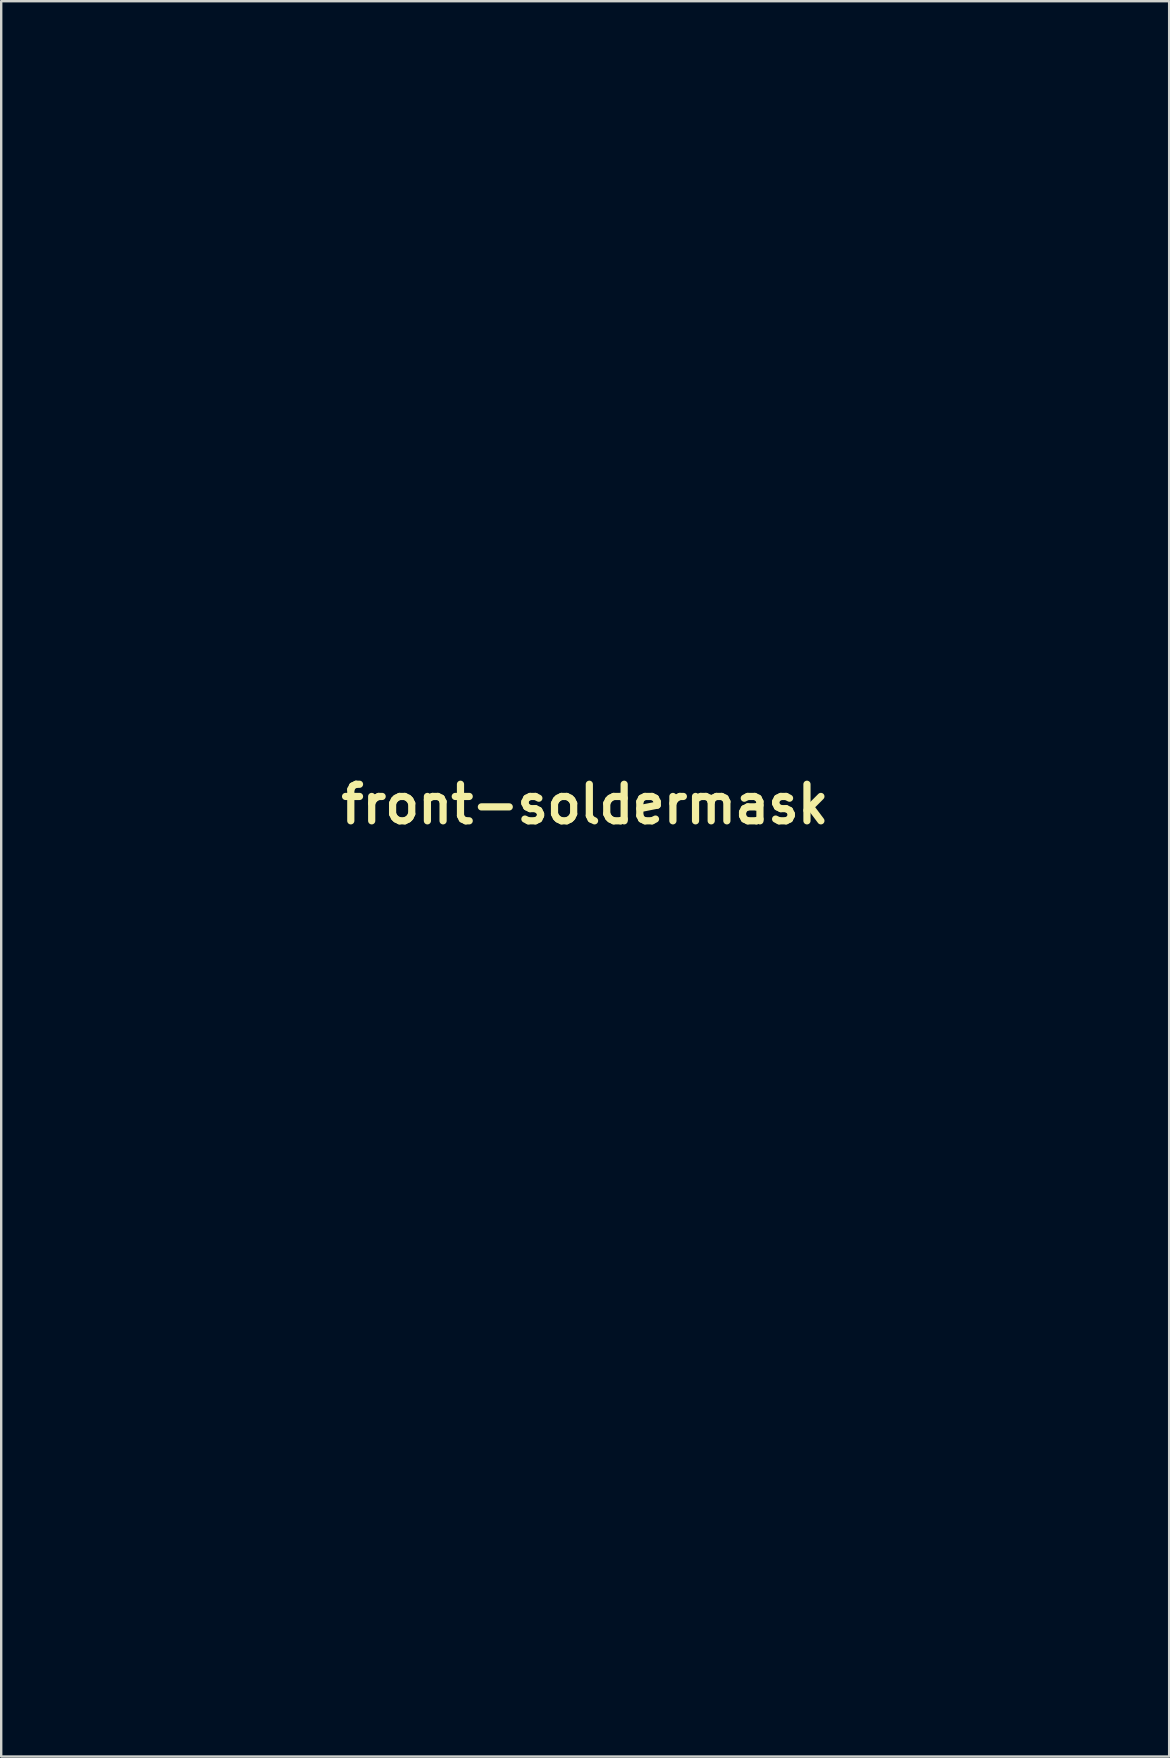
<source format=kicad_pcb>
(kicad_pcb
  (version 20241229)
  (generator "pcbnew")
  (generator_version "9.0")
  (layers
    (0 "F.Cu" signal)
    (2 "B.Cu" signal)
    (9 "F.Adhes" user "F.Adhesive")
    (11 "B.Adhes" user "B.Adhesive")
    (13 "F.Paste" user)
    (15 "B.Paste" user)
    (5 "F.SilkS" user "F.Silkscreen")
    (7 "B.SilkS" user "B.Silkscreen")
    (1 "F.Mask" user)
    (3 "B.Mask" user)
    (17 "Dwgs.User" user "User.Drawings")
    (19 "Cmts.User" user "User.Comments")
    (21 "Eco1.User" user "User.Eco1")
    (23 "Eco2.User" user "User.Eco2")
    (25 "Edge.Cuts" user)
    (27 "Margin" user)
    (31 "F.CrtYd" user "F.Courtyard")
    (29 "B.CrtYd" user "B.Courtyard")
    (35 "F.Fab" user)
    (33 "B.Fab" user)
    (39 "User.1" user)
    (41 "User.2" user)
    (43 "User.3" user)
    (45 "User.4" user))
  (footprint "front-soldermask"
    (layer "F.Cu")
    (at 21.333 30.474)
    (property "Reference" "front-soldermask" (at 0 0 0) (layer "F.SilkS") (effects (font (size 1.524 1.524) (thickness 0.3))))
    (attr board_only exclude_from_pos_files exclude_from_bom)
    (fp_poly (pts (xy -2.719 31.218) (xy -2.702 31.252) (xy -2.669 31.399) (xy -2.645 31.51) (xy -2.63 31.59) (xy -2.623 31.644) (xy -2.623 31.677) (xy -2.63 31.693) (xy -2.633 31.696) (xy -2.681 31.712) (xy -2.713 31.689) (xy -2.722 31.665) (xy -2.738 31.593) (xy -2.757 31.506) (xy -2.776 31.416) (xy -2.794 31.333) (xy -2.808 31.265) (xy -2.816 31.223) (xy -2.818 31.215) (xy -2.799 31.207) (xy -2.765 31.205)) (stroke (width 0) (type solid)) (fill yes) (layer "F.Mask"))
    (fp_poly (pts (xy 2.324 10.974) (xy 2.43 10.975) (xy 2.504 10.978) (xy 2.553 10.984) (xy 2.582 10.991) (xy 2.596 11.002) (xy 2.599 11.007) (xy 2.604 11.039) (xy 2.59 11.064) (xy 2.552 11.084) (xy 2.486 11.101) (xy 2.388 11.116) (xy 2.253 11.13) (xy 2.211 11.133) (xy 2.034 11.148) (xy 1.893 11.16) (xy 1.785 11.168) (xy 1.705 11.173) (xy 1.647 11.175) (xy 1.606 11.174) (xy 1.577 11.171) (xy 1.557 11.165) (xy 1.552 11.163) (xy 1.515 11.141) (xy 1.504 11.124) (xy 1.497 11.088) (xy 1.492 11.073) (xy 1.502 11.046) (xy 1.551 11.023) (xy 1.638 11.003) (xy 1.76 10.989) (xy 1.915 10.979) (xy 2.099 10.974) (xy 2.182 10.973)) (stroke (width 0) (type solid)) (fill yes) (layer "F.Mask"))
    (fp_poly (pts (xy -20.211 -0.096) (xy -20.016 -0.045) (xy -19.931 -0.013) (xy -19.854 0.02) (xy -19.797 0.049) (xy -19.767 0.07) (xy -19.765 0.075) (xy -19.774 0.096) (xy -19.799 0.149) (xy -19.837 0.227) (xy -19.884 0.323) (xy -19.926 0.406) (xy -20.108 0.795) (xy -20.256 1.162) (xy -20.368 1.506) (xy -20.445 1.827) (xy -20.487 2.125) (xy -20.49 2.17) (xy -20.496 2.253) (xy -20.707 2.323) (xy -20.797 2.353) (xy -20.872 2.376) (xy -20.925 2.39) (xy -20.942 2.394) (xy -20.963 2.376) (xy -20.992 2.329) (xy -21.025 2.263) (xy -21.026 2.262) (xy -21.125 2.015) (xy -21.206 1.759) (xy -21.268 1.501) (xy -21.309 1.249) (xy -21.329 1.011) (xy -21.325 0.795) (xy -21.314 0.699) (xy -21.263 0.494) (xy -21.182 0.315) (xy -21.072 0.165) (xy -20.938 0.045) (xy -20.781 -0.043) (xy -20.606 -0.097) (xy -20.415 -0.115)) (stroke (width 0) (type solid)) (fill yes) (layer "F.Mask"))
    (fp_poly (pts (xy 8.611 9.48) (xy 8.698 9.515) (xy 8.793 9.578) (xy 8.893 9.663) (xy 9.046 9.787) (xy 9.209 9.886) (xy 9.252 9.908) (xy 9.335 9.949) (xy 9.403 9.985) (xy 9.447 10.011) (xy 9.459 10.021) (xy 9.459 10.028) (xy 9.449 10.038) (xy 9.422 10.052) (xy 9.376 10.072) (xy 9.306 10.099) (xy 9.207 10.135) (xy 9.075 10.182) (xy 8.972 10.219) (xy 8.285 10.446) (xy 7.563 10.655) (xy 6.807 10.845) (xy 6.019 11.016) (xy 5.203 11.166) (xy 4.36 11.296) (xy 3.596 11.394) (xy 3.262 11.432) (xy 3.262 10.452) (xy 3.596 10.415) (xy 4.293 10.33) (xy 4.982 10.231) (xy 5.658 10.12) (xy 6.314 9.998) (xy 6.946 9.866) (xy 7.548 9.724) (xy 8.114 9.574) (xy 8.144 9.565) (xy 8.261 9.533) (xy 8.365 9.505) (xy 8.45 9.484) (xy 8.507 9.472) (xy 8.526 9.47)) (stroke (width 0) (type solid)) (fill yes) (layer "F.Mask"))
    (fp_poly (pts (xy 2.876 3.864) (xy 2.911 3.885) (xy 2.933 3.905) (xy 2.977 3.978) (xy 2.985 4.068) (xy 2.957 4.17) (xy 2.946 4.192) (xy 2.913 4.236) (xy 2.851 4.298) (xy 2.765 4.375) (xy 2.662 4.462) (xy 2.547 4.553) (xy 2.426 4.644) (xy 2.329 4.712) (xy 2.249 4.755) (xy 2.168 4.777) (xy 2.101 4.775) (xy 2.097 4.773) (xy 2.004 4.739) (xy 1.899 4.7) (xy 1.789 4.657) (xy 1.682 4.616) (xy 1.586 4.578) (xy 1.507 4.546) (xy 1.454 4.523) (xy 1.434 4.513) (xy 1.447 4.5) (xy 1.495 4.47) (xy 1.571 4.425) (xy 1.673 4.369) (xy 1.795 4.303) (xy 1.934 4.231) (xy 2.027 4.183) (xy 2.199 4.094) (xy 2.339 4.024) (xy 2.451 3.969) (xy 2.539 3.928) (xy 2.607 3.899) (xy 2.661 3.879) (xy 2.706 3.867) (xy 2.744 3.861) (xy 2.758 3.86) (xy 2.83 3.857)) (stroke (width 0) (type solid)) (fill yes) (layer "F.Mask"))
    (fp_poly (pts (xy -0.365 5.281) (xy -0.302 5.301) (xy -0.222 5.334) (xy -0.119 5.381) (xy 0.015 5.443) (xy 0.064 5.466) (xy 0.201 5.529) (xy 0.304 5.578) (xy 0.377 5.613) (xy 0.424 5.637) (xy 0.448 5.654) (xy 0.454 5.665) (xy 0.446 5.673) (xy 0.427 5.681) (xy 0.409 5.688) (xy 0.291 5.736) (xy 0.149 5.79) (xy -0.006 5.848) (xy -0.166 5.905) (xy -0.32 5.958) (xy -0.461 6.005) (xy -0.577 6.041) (xy -0.64 6.059) (xy -0.785 6.094) (xy -0.9 6.113) (xy -0.994 6.118) (xy -1.076 6.109) (xy -1.116 6.099) (xy -1.201 6.054) (xy -1.261 5.979) (xy -1.29 5.881) (xy -1.292 5.845) (xy -1.289 5.779) (xy -1.272 5.73) (xy -1.235 5.679) (xy -1.209 5.65) (xy -1.112 5.562) (xy -0.99 5.482) (xy -0.839 5.407) (xy -0.659 5.337) (xy -0.581 5.309) (xy -0.519 5.289) (xy -0.467 5.276) (xy -0.418 5.273)) (stroke (width 0) (type solid)) (fill yes) (layer "F.Mask"))
    (fp_poly (pts (xy 11.767 32.679) (xy 11.77 32.684) (xy 11.748 32.696) (xy 11.692 32.719) (xy 11.609 32.75) (xy 11.506 32.788) (xy 11.399 32.826) (xy 11.283 32.867) (xy 11.183 32.904) (xy 11.104 32.935) (xy 11.054 32.957) (xy 11.037 32.968) (xy 11.054 32.986) (xy 11.097 33.013) (xy 11.122 33.026) (xy 11.173 33.056) (xy 11.203 33.081) (xy 11.207 33.087) (xy 11.188 33.099) (xy 11.135 33.121) (xy 11.057 33.152) (xy 10.96 33.188) (xy 10.852 33.227) (xy 10.738 33.267) (xy 10.628 33.305) (xy 10.527 33.338) (xy 10.442 33.364) (xy 10.382 33.381) (xy 10.354 33.387) (xy 10.317 33.37) (xy 10.284 33.335) (xy 10.26 33.266) (xy 10.257 33.194) (xy 10.264 33.104) (xy 10.42 33.052) (xy 10.576 33) (xy 10.405 32.906) (xy 10.328 32.863) (xy 10.266 32.826) (xy 10.228 32.799) (xy 10.221 32.792) (xy 10.23 32.779) (xy 10.271 32.772) (xy 10.28 32.772) (xy 10.32 32.771) (xy 10.395 32.767) (xy 10.5 32.76) (xy 10.627 32.752) (xy 10.77 32.743) (xy 10.922 32.733) (xy 11.077 32.723) (xy 11.228 32.712) (xy 11.369 32.702) (xy 11.492 32.694) (xy 11.592 32.686) (xy 11.661 32.68) (xy 11.679 32.678) (xy 11.735 32.675)) (stroke (width 0) (type solid)) (fill yes) (layer "F.Mask"))
    (fp_poly (pts (xy 18.008 -0.645) (xy 18.017 -0.636) (xy 18.018 -0.604) (xy 18.008 -0.534) (xy 17.986 -0.428) (xy 17.953 -0.288) (xy 17.91 -0.117) (xy 17.858 0.082) (xy 17.796 0.308) (xy 17.727 0.559) (xy 17.675 0.741) (xy 17.62 0.931) (xy 17.566 1.122) (xy 17.514 1.307) (xy 17.466 1.478) (xy 17.425 1.63) (xy 17.391 1.753) (xy 17.37 1.83) (xy 17.342 1.939) (xy 17.316 2.033) (xy 17.295 2.105) (xy 17.282 2.147) (xy 17.279 2.154) (xy 17.266 2.14) (xy 17.237 2.093) (xy 17.194 2.021) (xy 17.141 1.928) (xy 17.08 1.82) (xy 17.079 1.818) (xy 17 1.674) (xy 16.916 1.52) (xy 16.829 1.359) (xy 16.741 1.195) (xy 16.654 1.034) (xy 16.57 0.878) (xy 16.493 0.733) (xy 16.424 0.602) (xy 16.365 0.49) (xy 16.319 0.401) (xy 16.288 0.34) (xy 16.274 0.31) (xy 16.274 0.308) (xy 16.305 0.288) (xy 16.368 0.25) (xy 16.457 0.198) (xy 16.568 0.133) (xy 16.696 0.059) (xy 16.837 -0.022) (xy 16.987 -0.107) (xy 17.141 -0.195) (xy 17.294 -0.282) (xy 17.442 -0.365) (xy 17.58 -0.443) (xy 17.704 -0.513) (xy 17.81 -0.571) (xy 17.892 -0.617) (xy 17.947 -0.646) (xy 17.97 -0.657) (xy 17.971 -0.657)) (stroke (width 0) (type solid)) (fill yes) (layer "F.Mask"))
    (fp_poly (pts (xy -1.191 3.776) (xy -1.173 3.778) (xy -1.107 3.797) (xy -1.009 3.837) (xy -0.883 3.899) (xy -0.777 3.954) (xy -0.497 4.101) (xy -0.186 4.253) (xy 0.147 4.408) (xy 0.494 4.562) (xy 0.85 4.712) (xy 1.207 4.856) (xy 1.556 4.99) (xy 1.893 5.112) (xy 2.208 5.219) (xy 2.495 5.307) (xy 2.532 5.317) (xy 2.684 5.362) (xy 2.801 5.399) (xy 2.889 5.432) (xy 2.955 5.465) (xy 3.005 5.498) (xy 3.046 5.537) (xy 3.058 5.551) (xy 3.097 5.61) (xy 3.113 5.678) (xy 3.114 5.719) (xy 3.096 5.822) (xy 3.045 5.903) (xy 2.966 5.96) (xy 2.863 5.99) (xy 2.741 5.989) (xy 2.648 5.971) (xy 2.558 5.945) (xy 2.436 5.908) (xy 2.291 5.862) (xy 2.129 5.811) (xy 1.959 5.757) (xy 1.789 5.702) (xy 1.628 5.649) (xy 1.482 5.601) (xy 1.361 5.56) (xy 1.306 5.541) (xy 0.781 5.343) (xy 0.294 5.138) (xy -0.154 4.927) (xy -0.562 4.709) (xy -0.911 4.497) (xy -1.056 4.4) (xy -1.167 4.317) (xy -1.251 4.244) (xy -1.312 4.176) (xy -1.355 4.11) (xy -1.358 4.105) (xy -1.394 4.007) (xy -1.392 3.923) (xy -1.351 3.849) (xy -1.334 3.83) (xy -1.288 3.79) (xy -1.248 3.774)) (stroke (width 0) (type solid)) (fill yes) (layer "F.Mask"))
    (fp_poly (pts (xy 18.146 -0.228) (xy 18.157 -0.204) (xy 18.18 -0.145) (xy 18.213 -0.054) (xy 18.255 0.063) (xy 18.305 0.204) (xy 18.36 0.364) (xy 18.421 0.538) (xy 18.484 0.722) (xy 18.55 0.912) (xy 18.615 1.105) (xy 18.68 1.295) (xy 18.742 1.478) (xy 18.8 1.651) (xy 18.853 1.809) (xy 18.899 1.948) (xy 18.936 2.064) (xy 18.964 2.152) (xy 18.981 2.208) (xy 18.985 2.228) (xy 18.964 2.237) (xy 18.908 2.258) (xy 18.823 2.288) (xy 18.715 2.326) (xy 18.59 2.37) (xy 18.452 2.418) (xy 18.308 2.468) (xy 18.164 2.519) (xy 18.024 2.567) (xy 17.895 2.611) (xy 17.781 2.65) (xy 17.69 2.681) (xy 17.626 2.702) (xy 17.594 2.711) (xy 17.592 2.712) (xy 17.578 2.698) (xy 17.556 2.674) (xy 17.504 2.595) (xy 17.462 2.493) (xy 17.439 2.387) (xy 17.435 2.341) (xy 17.442 2.279) (xy 17.461 2.181) (xy 17.491 2.051) (xy 17.533 1.892) (xy 17.57 1.758) (xy 17.609 1.617) (xy 17.657 1.445) (xy 17.71 1.25) (xy 17.766 1.044) (xy 17.823 0.834) (xy 17.878 0.631) (xy 17.901 0.547) (xy 17.947 0.377) (xy 17.99 0.219) (xy 18.029 0.078) (xy 18.062 -0.04) (xy 18.088 -0.132) (xy 18.106 -0.192) (xy 18.115 -0.215) (xy 18.137 -0.232)) (stroke (width 0) (type solid)) (fill yes) (layer "F.Mask"))
    (fp_poly (pts (xy -15.028 4.416) (xy -14.891 4.455) (xy -14.749 4.528) (xy -14.611 4.628) (xy -14.486 4.75) (xy -14.387 4.878) (xy -14.28 5.075) (xy -14.195 5.299) (xy -14.134 5.552) (xy -14.095 5.836) (xy -14.078 6.154) (xy -14.083 6.505) (xy -14.087 6.578) (xy -14.106 6.878) (xy -14.128 7.14) (xy -14.155 7.367) (xy -14.187 7.561) (xy -14.223 7.726) (xy -14.266 7.866) (xy -14.311 7.975) (xy -14.358 8.037) (xy -14.437 8.103) (xy -14.541 8.17) (xy -14.662 8.232) (xy -14.791 8.285) (xy -14.884 8.314) (xy -14.963 8.329) (xy -15.069 8.343) (xy -15.189 8.353) (xy -15.311 8.359) (xy -15.42 8.361) (xy -15.503 8.356) (xy -15.518 8.354) (xy -15.698 8.313) (xy -15.869 8.25) (xy -16.024 8.168) (xy -16.159 8.071) (xy -16.267 7.964) (xy -16.343 7.849) (xy -16.377 7.757) (xy -16.38 7.714) (xy -16.38 7.632) (xy -16.377 7.518) (xy -16.37 7.374) (xy -16.361 7.205) (xy -16.349 7.016) (xy -16.335 6.811) (xy -16.319 6.594) (xy -16.301 6.37) (xy -16.281 6.143) (xy -16.279 6.122) (xy -16.251 5.853) (xy -16.217 5.62) (xy -16.175 5.421) (xy -16.124 5.249) (xy -16.061 5.1) (xy -15.986 4.97) (xy -15.896 4.854) (xy -15.791 4.747) (xy -15.674 4.654) (xy -15.542 4.571) (xy -15.404 4.501) (xy -15.268 4.449) (xy -15.143 4.419) (xy -15.039 4.415)) (stroke (width 0) (type solid)) (fill yes) (layer "F.Mask"))
    (fp_poly (pts (xy 21.034 4.165) (xy 21.083 4.202) (xy 21.134 4.278) (xy 21.185 4.39) (xy 21.234 4.534) (xy 21.257 4.615) (xy 21.313 4.879) (xy 21.344 5.157) (xy 21.351 5.458) (xy 21.348 5.549) (xy 21.334 5.763) (xy 21.305 5.946) (xy 21.257 6.107) (xy 21.189 6.255) (xy 21.096 6.4) (xy 21.019 6.499) (xy 20.953 6.568) (xy 20.859 6.65) (xy 20.748 6.737) (xy 20.63 6.821) (xy 20.515 6.894) (xy 20.48 6.914) (xy 20.362 6.974) (xy 20.226 7.033) (xy 20.081 7.088) (xy 19.932 7.138) (xy 19.789 7.18) (xy 19.657 7.212) (xy 19.545 7.231) (xy 19.459 7.236) (xy 19.423 7.231) (xy 19.401 7.209) (xy 19.377 7.153) (xy 19.351 7.058) (xy 19.343 7.027) (xy 19.324 6.938) (xy 19.309 6.863) (xy 19.3 6.813) (xy 19.299 6.8) (xy 19.316 6.777) (xy 19.362 6.738) (xy 19.429 6.688) (xy 19.51 6.633) (xy 19.596 6.577) (xy 19.681 6.527) (xy 19.744 6.493) (xy 19.873 6.411) (xy 19.992 6.301) (xy 20.072 6.199) (xy 20.105 6.139) (xy 20.146 6.05) (xy 20.191 5.942) (xy 20.235 5.824) (xy 20.249 5.783) (xy 20.295 5.65) (xy 20.348 5.501) (xy 20.404 5.34) (xy 20.464 5.172) (xy 20.524 5.003) (xy 20.582 4.839) (xy 20.638 4.683) (xy 20.689 4.543) (xy 20.733 4.422) (xy 20.768 4.326) (xy 20.793 4.26) (xy 20.804 4.232) (xy 20.847 4.184) (xy 20.916 4.157) (xy 20.995 4.156)) (stroke (width 0) (type solid)) (fill yes) (layer "F.Mask"))
    (fp_poly (pts (xy -11.079 8.809) (xy -11.022 8.825) (xy -10.938 8.852) (xy -10.833 8.888) (xy -10.713 8.932) (xy -10.686 8.942) (xy -9.934 9.21) (xy -9.175 9.452) (xy -8.404 9.67) (xy -7.616 9.863) (xy -6.808 10.033) (xy -5.974 10.181) (xy -5.11 10.308) (xy -4.438 10.39) (xy -4.279 10.408) (xy -4.113 10.425) (xy -3.953 10.441) (xy -3.809 10.455) (xy -3.694 10.465) (xy -3.686 10.465) (xy -3.53 10.479) (xy -3.409 10.495) (xy -3.316 10.516) (xy -3.243 10.545) (xy -3.183 10.587) (xy -3.128 10.643) (xy -3.071 10.717) (xy -3.056 10.738) (xy -2.946 10.881) (xy -2.821 11.02) (xy -2.693 11.142) (xy -2.617 11.203) (xy -2.558 11.243) (xy -2.471 11.295) (xy -2.369 11.352) (xy -2.263 11.409) (xy -2.257 11.412) (xy -2.002 11.544) (xy -2.256 11.541) (xy -2.369 11.539) (xy -2.48 11.536) (xy -2.573 11.534) (xy -2.627 11.531) (xy -3.512 11.474) (xy -4.362 11.397) (xy -5.181 11.301) (xy -5.973 11.185) (xy -6.742 11.048) (xy -7.491 10.89) (xy -8.225 10.709) (xy -8.945 10.505) (xy -9.658 10.278) (xy -9.766 10.241) (xy -9.938 10.181) (xy -10.118 10.115) (xy -10.303 10.045) (xy -10.489 9.974) (xy -10.67 9.901) (xy -10.844 9.831) (xy -11.005 9.763) (xy -11.15 9.7) (xy -11.274 9.644) (xy -11.373 9.597) (xy -11.442 9.56) (xy -11.478 9.534) (xy -11.482 9.527) (xy -11.472 9.504) (xy -11.446 9.45) (xy -11.408 9.374) (xy -11.36 9.282) (xy -11.308 9.182) (xy -11.254 9.081) (xy -11.203 8.986) (xy -11.159 8.904) (xy -11.125 8.843) (xy -11.104 8.81) (xy -11.102 8.807)) (stroke (width 0) (type solid)) (fill yes) (layer "F.Mask"))
    (fp_poly (pts (xy 4.803 -8.226) (xy 5.039 -8.15) (xy 5.137 -8.105) (xy 5.297 -8.016) (xy 5.438 -7.912) (xy 5.564 -7.789) (xy 5.681 -7.641) (xy 5.794 -7.462) (xy 5.908 -7.248) (xy 5.918 -7.227) (xy 6.027 -6.987) (xy 6.118 -6.753) (xy 6.191 -6.518) (xy 6.247 -6.275) (xy 6.289 -6.017) (xy 6.318 -5.738) (xy 6.334 -5.432) (xy 6.339 -5.091) (xy 6.339 -5.074) (xy 6.329 -4.632) (xy 6.3 -4.22) (xy 6.249 -3.829) (xy 6.177 -3.453) (xy 6.081 -3.082) (xy 5.988 -2.786) (xy 5.899 -2.533) (xy 5.816 -2.318) (xy 5.736 -2.136) (xy 5.657 -1.981) (xy 5.576 -1.851) (xy 5.491 -1.739) (xy 5.399 -1.643) (xy 5.298 -1.556) (xy 5.294 -1.554) (xy 5.161 -1.464) (xy 5.007 -1.381) (xy 4.853 -1.314) (xy 4.756 -1.283) (xy 4.621 -1.257) (xy 4.465 -1.241) (xy 4.303 -1.238) (xy 4.153 -1.247) (xy 4.057 -1.262) (xy 3.841 -1.329) (xy 3.63 -1.434) (xy 3.434 -1.57) (xy 3.346 -1.646) (xy 3.128 -1.877) (xy 2.945 -2.128) (xy 2.795 -2.403) (xy 2.677 -2.703) (xy 2.59 -3.031) (xy 2.583 -3.065) (xy 2.561 -3.205) (xy 2.545 -3.381) (xy 2.533 -3.588) (xy 2.526 -3.82) (xy 2.524 -4.071) (xy 2.527 -4.337) (xy 2.534 -4.611) (xy 2.547 -4.887) (xy 2.564 -5.161) (xy 2.586 -5.423) (xy 2.6 -5.566) (xy 2.618 -5.725) (xy 2.639 -5.892) (xy 2.661 -6.063) (xy 2.684 -6.229) (xy 2.707 -6.385) (xy 2.729 -6.523) (xy 2.748 -6.638) (xy 2.765 -6.722) (xy 2.775 -6.761) (xy 2.806 -6.84) (xy 2.856 -6.946) (xy 2.921 -7.07) (xy 2.996 -7.204) (xy 3.076 -7.339) (xy 3.157 -7.468) (xy 3.233 -7.581) (xy 3.296 -7.666) (xy 3.471 -7.857) (xy 3.666 -8.012) (xy 3.876 -8.131) (xy 4.098 -8.213) (xy 4.329 -8.256) (xy 4.565 -8.261)) (stroke (width 0) (type solid)) (fill yes) (layer "F.Mask"))
    (fp_poly (pts (xy -5.063 -8.241) (xy -4.827 -8.18) (xy -4.606 -8.083) (xy -4.402 -7.952) (xy -4.223 -7.789) (xy -4.101 -7.64) (xy -3.996 -7.475) (xy -3.892 -7.279) (xy -3.792 -7.061) (xy -3.701 -6.832) (xy -3.622 -6.604) (xy -3.562 -6.385) (xy -3.538 -6.275) (xy -3.499 -6.03) (xy -3.472 -5.752) (xy -3.455 -5.45) (xy -3.448 -5.132) (xy -3.453 -4.807) (xy -3.468 -4.484) (xy -3.493 -4.169) (xy -3.529 -3.872) (xy -3.55 -3.739) (xy -3.597 -3.503) (xy -3.66 -3.247) (xy -3.737 -2.98) (xy -3.823 -2.713) (xy -3.916 -2.457) (xy -4.011 -2.223) (xy -4.098 -2.035) (xy -4.222 -1.836) (xy -4.378 -1.658) (xy -4.563 -1.505) (xy -4.769 -1.383) (xy -4.991 -1.295) (xy -5.031 -1.283) (xy -5.166 -1.257) (xy -5.322 -1.241) (xy -5.484 -1.238) (xy -5.634 -1.247) (xy -5.73 -1.262) (xy -5.946 -1.329) (xy -6.157 -1.434) (xy -6.354 -1.57) (xy -6.441 -1.646) (xy -6.658 -1.875) (xy -6.839 -2.122) (xy -6.986 -2.392) (xy -7.104 -2.69) (xy -7.105 -2.693) (xy -7.144 -2.813) (xy -7.175 -2.922) (xy -7.2 -3.027) (xy -7.219 -3.133) (xy -7.233 -3.248) (xy -7.243 -3.378) (xy -7.25 -3.527) (xy -7.253 -3.704) (xy -7.255 -3.913) (xy -7.255 -4.046) (xy -7.254 -4.236) (xy -7.251 -4.431) (xy -7.247 -4.622) (xy -7.242 -4.8) (xy -7.236 -4.957) (xy -7.229 -5.082) (xy -7.227 -5.116) (xy -7.216 -5.255) (xy -7.2 -5.417) (xy -7.181 -5.595) (xy -7.161 -5.781) (xy -7.138 -5.969) (xy -7.116 -6.149) (xy -7.094 -6.316) (xy -7.073 -6.461) (xy -7.055 -6.577) (xy -7.043 -6.641) (xy -7.01 -6.755) (xy -6.954 -6.893) (xy -6.88 -7.047) (xy -6.792 -7.21) (xy -6.694 -7.374) (xy -6.591 -7.531) (xy -6.488 -7.672) (xy -6.451 -7.717) (xy -6.276 -7.897) (xy -6.077 -8.043) (xy -5.86 -8.153) (xy -5.627 -8.226) (xy -5.383 -8.259) (xy -5.307 -8.261)) (stroke (width 0) (type solid)) (fill yes) (layer "F.Mask"))
    (fp_poly (pts (xy 8.24 5.519) (xy 8.336 5.521) (xy 8.41 5.524) (xy 8.452 5.527) (xy 8.459 5.529) (xy 8.46 5.552) (xy 8.456 5.611) (xy 8.449 5.701) (xy 8.438 5.814) (xy 8.424 5.945) (xy 8.415 6.023) (xy 8.398 6.179) (xy 8.385 6.3) (xy 8.377 6.391) (xy 8.373 6.458) (xy 8.374 6.509) (xy 8.378 6.549) (xy 8.386 6.584) (xy 8.393 6.609) (xy 8.421 6.669) (xy 8.473 6.761) (xy 8.551 6.882) (xy 8.655 7.036) (xy 8.785 7.22) (xy 8.942 7.437) (xy 9.125 7.686) (xy 9.127 7.687) (xy 9.234 7.833) (xy 9.319 7.952) (xy 9.386 8.051) (xy 9.439 8.137) (xy 9.482 8.216) (xy 9.519 8.295) (xy 9.552 8.38) (xy 9.582 8.463) (xy 9.621 8.572) (xy 9.653 8.659) (xy 9.684 8.736) (xy 9.717 8.811) (xy 9.758 8.894) (xy 9.811 8.997) (xy 9.87 9.11) (xy 9.922 9.208) (xy 9.964 9.293) (xy 9.994 9.358) (xy 10.009 9.395) (xy 10.01 9.402) (xy 9.979 9.412) (xy 9.917 9.418) (xy 9.834 9.42) (xy 9.743 9.418) (xy 9.654 9.413) (xy 9.577 9.405) (xy 9.529 9.395) (xy 9.452 9.359) (xy 9.366 9.302) (xy 9.317 9.261) (xy 9.251 9.205) (xy 9.162 9.137) (xy 9.065 9.066) (xy 9.003 9.024) (xy 8.899 8.946) (xy 8.775 8.842) (xy 8.636 8.716) (xy 8.491 8.576) (xy 8.343 8.427) (xy 8.201 8.276) (xy 8.07 8.129) (xy 7.956 7.992) (xy 7.935 7.965) (xy 7.691 7.63) (xy 7.48 7.3) (xy 7.306 6.979) (xy 7.183 6.703) (xy 7.143 6.602) (xy 7.118 6.527) (xy 7.104 6.467) (xy 7.099 6.408) (xy 7.1 6.34) (xy 7.101 6.315) (xy 7.113 6.199) (xy 7.136 6.103) (xy 7.149 6.069) (xy 7.199 5.991) (xy 7.276 5.899) (xy 7.371 5.804) (xy 7.474 5.715) (xy 7.577 5.639) (xy 7.659 5.591) (xy 7.805 5.519) (xy 8.127 5.519)) (stroke (width 0) (type solid)) (fill yes) (layer "F.Mask"))
    (fp_poly (pts (xy -9.324 3.54) (xy -9.114 3.592) (xy -8.9 3.686) (xy -8.821 3.732) (xy -8.697 3.82) (xy -8.61 3.916) (xy -8.558 4.028) (xy -8.534 4.163) (xy -8.532 4.237) (xy -8.537 4.305) (xy -8.553 4.375) (xy -8.582 4.452) (xy -8.626 4.54) (xy -8.687 4.643) (xy -8.768 4.764) (xy -8.872 4.907) (xy -8.999 5.077) (xy -9.08 5.183) (xy -9.304 5.47) (xy -9.507 5.726) (xy -9.691 5.952) (xy -9.86 6.154) (xy -10.017 6.333) (xy -10.162 6.493) (xy -10.301 6.637) (xy -10.306 6.642) (xy -10.416 6.75) (xy -10.503 6.833) (xy -10.575 6.894) (xy -10.637 6.939) (xy -10.696 6.974) (xy -10.719 6.986) (xy -10.91 7.056) (xy -11.103 7.084) (xy -11.284 7.073) (xy -11.429 7.053) (xy -11.571 7.041) (xy -11.718 7.039) (xy -11.88 7.046) (xy -12.066 7.062) (xy -12.259 7.084) (xy -12.515 7.119) (xy -12.737 7.156) (xy -12.932 7.197) (xy -13.108 7.243) (xy -13.273 7.296) (xy -13.303 7.307) (xy -13.383 7.336) (xy -13.447 7.358) (xy -13.485 7.371) (xy -13.491 7.372) (xy -13.494 7.353) (xy -13.493 7.302) (xy -13.488 7.231) (xy -13.488 7.229) (xy -13.482 7.153) (xy -13.475 7.048) (xy -13.468 6.927) (xy -13.461 6.803) (xy -13.46 6.787) (xy -13.446 6.487) (xy -13.168 6.428) (xy -13.048 6.402) (xy -12.926 6.372) (xy -12.817 6.344) (xy -12.737 6.32) (xy -12.649 6.288) (xy -12.541 6.242) (xy -12.422 6.188) (xy -12.302 6.129) (xy -12.191 6.071) (xy -12.097 6.018) (xy -12.03 5.975) (xy -12.016 5.964) (xy -11.979 5.925) (xy -11.925 5.86) (xy -11.862 5.777) (xy -11.795 5.684) (xy -11.786 5.671) (xy -11.596 5.402) (xy -11.401 5.141) (xy -11.204 4.89) (xy -11.009 4.653) (xy -10.817 4.432) (xy -10.631 4.231) (xy -10.454 4.052) (xy -10.29 3.898) (xy -10.139 3.772) (xy -10.006 3.678) (xy -9.925 3.632) (xy -9.731 3.56) (xy -9.53 3.529)) (stroke (width 0) (type solid)) (fill yes) (layer "F.Mask"))
    (fp_poly (pts (xy -20.424 2.834) (xy -20.296 2.878) (xy -20.17 2.949) (xy -20.065 3.023) (xy -19.964 3.107) (xy -19.864 3.203) (xy -19.763 3.316) (xy -19.66 3.448) (xy -19.55 3.603) (xy -19.433 3.783) (xy -19.306 3.992) (xy -19.167 4.233) (xy -19.013 4.508) (xy -18.981 4.565) (xy -18.831 4.838) (xy -18.7 5.075) (xy -18.586 5.28) (xy -18.487 5.455) (xy -18.402 5.602) (xy -18.329 5.723) (xy -18.267 5.822) (xy -18.215 5.899) (xy -18.17 5.958) (xy -18.132 6.001) (xy -18.099 6.03) (xy -18.068 6.048) (xy -18.039 6.057) (xy -18.013 6.059) (xy -17.971 6.07) (xy -17.903 6.102) (xy -17.818 6.151) (xy -17.761 6.186) (xy -17.549 6.313) (xy -17.351 6.407) (xy -17.161 6.473) (xy -17.128 6.482) (xy -16.979 6.52) (xy -16.973 6.615) (xy -16.972 6.665) (xy -16.98 6.698) (xy -17.005 6.717) (xy -17.053 6.725) (xy -17.129 6.723) (xy -17.241 6.713) (xy -17.247 6.713) (xy -17.361 6.704) (xy -17.495 6.696) (xy -17.625 6.691) (xy -17.668 6.69) (xy -17.722 6.689) (xy -17.771 6.689) (xy -17.819 6.691) (xy -17.87 6.696) (xy -17.928 6.704) (xy -17.998 6.717) (xy -18.084 6.735) (xy -18.188 6.759) (xy -18.316 6.79) (xy -18.472 6.828) (xy -18.66 6.875) (xy -18.883 6.932) (xy -18.958 6.951) (xy -19.083 6.982) (xy -19.174 7.005) (xy -19.24 7.019) (xy -19.286 7.026) (xy -19.321 7.027) (xy -19.353 7.023) (xy -19.388 7.015) (xy -19.395 7.013) (xy -19.499 6.975) (xy -19.618 6.91) (xy -19.741 6.825) (xy -19.858 6.726) (xy -19.879 6.706) (xy -19.974 6.607) (xy -20.088 6.481) (xy -20.213 6.337) (xy -20.343 6.181) (xy -20.472 6.023) (xy -20.592 5.869) (xy -20.698 5.728) (xy -20.783 5.608) (xy -20.784 5.607) (xy -20.975 5.294) (xy -21.125 4.983) (xy -21.234 4.674) (xy -21.302 4.364) (xy -21.331 4.051) (xy -21.333 3.975) (xy -21.319 3.752) (xy -21.276 3.554) (xy -21.199 3.373) (xy -21.087 3.202) (xy -20.952 3.048) (xy -20.872 2.97) (xy -20.81 2.917) (xy -20.754 2.881) (xy -20.695 2.856) (xy -20.67 2.848) (xy -20.546 2.824)) (stroke (width 0) (type solid)) (fill yes) (layer "F.Mask"))
    (fp_poly (pts (xy 12.206 17.88) (xy 12.225 17.885) (xy 12.249 17.895) (xy 12.282 17.914) (xy 12.327 17.943) (xy 12.389 17.985) (xy 12.471 18.043) (xy 12.576 18.118) (xy 12.708 18.214) (xy 12.865 18.328) (xy 13.066 18.475) (xy 13.236 18.599) (xy 13.378 18.705) (xy 13.496 18.793) (xy 13.593 18.869) (xy 13.672 18.933) (xy 13.738 18.989) (xy 13.792 19.039) (xy 13.84 19.087) (xy 13.884 19.134) (xy 13.89 19.141) (xy 14.039 19.326) (xy 14.147 19.504) (xy 14.217 19.681) (xy 14.25 19.863) (xy 14.247 20.056) (xy 14.209 20.265) (xy 14.151 20.453) (xy 14.101 20.593) (xy 14.044 20.745) (xy 13.983 20.903) (xy 13.92 21.059) (xy 13.858 21.208) (xy 13.801 21.343) (xy 13.75 21.457) (xy 13.708 21.543) (xy 13.681 21.592) (xy 13.631 21.659) (xy 13.564 21.736) (xy 13.501 21.799) (xy 13.426 21.861) (xy 13.341 21.918) (xy 13.242 21.973) (xy 13.124 22.027) (xy 12.983 22.081) (xy 12.817 22.137) (xy 12.62 22.196) (xy 12.389 22.261) (xy 12.137 22.327) (xy 11.723 22.434) (xy 11.3 22.43) (xy 11.154 22.428) (xy 11.007 22.426) (xy 10.87 22.424) (xy 10.754 22.421) (xy 10.677 22.419) (xy 10.062 22.391) (xy 9.418 22.34) (xy 8.751 22.269) (xy 8.145 22.188) (xy 7.612 22.108) (xy 7.089 22.025) (xy 6.579 21.94) (xy 6.087 21.853) (xy 5.615 21.765) (xy 5.166 21.676) (xy 4.742 21.587) (xy 4.347 21.498) (xy 3.984 21.411) (xy 3.656 21.325) (xy 3.366 21.242) (xy 3.241 21.203) (xy 3.127 21.164) (xy 3.008 21.119) (xy 2.893 21.072) (xy 2.788 21.025) (xy 2.7 20.981) (xy 2.634 20.944) (xy 2.599 20.917) (xy 2.595 20.909) (xy 2.597 20.897) (xy 2.606 20.886) (xy 2.626 20.876) (xy 2.66 20.866) (xy 2.714 20.854) (xy 2.79 20.841) (xy 2.892 20.826) (xy 3.025 20.807) (xy 3.192 20.784) (xy 3.379 20.76) (xy 3.807 20.7) (xy 4.203 20.64) (xy 4.578 20.576) (xy 4.942 20.507) (xy 5.307 20.43) (xy 5.683 20.344) (xy 6.027 20.261) (xy 6.879 20.033) (xy 7.723 19.774) (xy 8.561 19.484) (xy 9.399 19.161) (xy 10.242 18.802) (xy 11.093 18.407) (xy 11.505 18.204) (xy 11.659 18.127) (xy 11.802 18.057) (xy 11.93 17.996) (xy 12.037 17.945) (xy 12.119 17.907) (xy 12.172 17.885) (xy 12.189 17.88)) (stroke (width 0) (type solid)) (fill yes) (layer "F.Mask"))
    (fp_poly (pts (xy -2.266 9.896) (xy -2.226 9.9) (xy -2.179 9.909) (xy -2.12 9.922) (xy -2.045 9.942) (xy -1.95 9.969) (xy -1.831 10.004) (xy -1.682 10.048) (xy -1.501 10.103) (xy -1.333 10.154) (xy -1.042 10.24) (xy -0.753 10.319) (xy -0.475 10.391) (xy -0.214 10.453) (xy 0.021 10.502) (xy 0.18 10.532) (xy 0.337 10.552) (xy 0.531 10.567) (xy 0.756 10.577) (xy 1.009 10.581) (xy 1.282 10.58) (xy 1.572 10.573) (xy 1.845 10.562) (xy 2.005 10.555) (xy 2.129 10.552) (xy 2.219 10.553) (xy 2.282 10.559) (xy 2.322 10.57) (xy 2.343 10.587) (xy 2.351 10.611) (xy 2.351 10.62) (xy 2.35 10.639) (xy 2.34 10.653) (xy 2.317 10.664) (xy 2.274 10.674) (xy 2.205 10.684) (xy 2.104 10.696) (xy 2.024 10.705) (xy 1.8 10.736) (xy 1.604 10.775) (xy 1.44 10.823) (xy 1.31 10.877) (xy 1.217 10.938) (xy 1.181 10.976) (xy 1.151 11.04) (xy 1.14 11.11) (xy 1.159 11.197) (xy 1.218 11.267) (xy 1.315 11.321) (xy 1.45 11.359) (xy 1.623 11.381) (xy 1.833 11.386) (xy 2.08 11.374) (xy 2.134 11.37) (xy 2.33 11.353) (xy 2.33 11.417) (xy 2.317 11.475) (xy 2.292 11.501) (xy 2.261 11.507) (xy 2.194 11.515) (xy 2.097 11.523) (xy 1.977 11.532) (xy 1.84 11.539) (xy 1.747 11.544) (xy 1.34 11.562) (xy 0.974 11.576) (xy 0.647 11.588) (xy 0.357 11.597) (xy 0.102 11.603) (xy -0.12 11.605) (xy -0.311 11.605) (xy -0.471 11.603) (xy -0.603 11.597) (xy -0.71 11.589) (xy -0.727 11.587) (xy -0.955 11.551) (xy -1.208 11.494) (xy -1.472 11.421) (xy -1.738 11.334) (xy -1.994 11.237) (xy -2.229 11.134) (xy -2.238 11.129) (xy -2.413 11.029) (xy -2.491 10.969) (xy -0.233 10.969) (xy -0.217 11.05) (xy -0.168 11.122) (xy -0.117 11.161) (xy -0.04 11.183) (xy 0.042 11.178) (xy 0.111 11.147) (xy 0.12 11.139) (xy 0.16 11.076) (xy 0.168 11.001) (xy 0.148 10.923) (xy 0.104 10.855) (xy 0.04 10.807) (xy 0.001 10.794) (xy -0.071 10.796) (xy -0.145 10.825) (xy -0.201 10.872) (xy -0.211 10.888) (xy -0.233 10.969) (xy -2.491 10.969) (xy -2.569 10.909) (xy -2.702 10.774) (xy -2.807 10.63) (xy -2.881 10.481) (xy -2.919 10.333) (xy -2.923 10.265) (xy -2.91 10.173) (xy -2.869 10.096) (xy -2.793 10.029) (xy -2.698 9.975) (xy -2.61 9.935) (xy -2.533 9.912) (xy -2.446 9.9) (xy -2.384 9.897) (xy -2.341 9.895) (xy -2.303 9.895)) (stroke (width 0) (type solid)) (fill yes) (layer "F.Mask"))
    (fp_poly (pts (xy 2.599 9.958) (xy 2.656 9.961) (xy 2.697 9.964) (xy 2.727 9.97) (xy 2.749 9.977) (xy 2.767 9.985) (xy 2.778 9.991) (xy 2.814 10.015) (xy 2.842 10.042) (xy 2.863 10.077) (xy 2.879 10.126) (xy 2.889 10.193) (xy 2.894 10.283) (xy 2.896 10.401) (xy 2.894 10.552) (xy 2.89 10.719) (xy 2.885 10.922) (xy 2.88 11.089) (xy 2.872 11.224) (xy 2.863 11.335) (xy 2.851 11.428) (xy 2.836 11.507) (xy 2.817 11.579) (xy 2.792 11.65) (xy 2.772 11.7) (xy 2.707 11.837) (xy 2.631 11.945) (xy 2.551 12.021) (xy 2.469 12.059) (xy 2.457 12.062) (xy 2.395 12.069) (xy 2.295 12.077) (xy 2.16 12.085) (xy 1.996 12.095) (xy 1.805 12.105) (xy 1.594 12.115) (xy 1.365 12.125) (xy 1.123 12.136) (xy 0.872 12.146) (xy 0.616 12.156) (xy 0.359 12.165) (xy 0.106 12.173) (xy -0.14 12.181) (xy -0.373 12.188) (xy -0.591 12.193) (xy -0.788 12.198) (xy -0.962 12.2) (xy -1.075 12.201) (xy -1.181 12.201) (xy -1.254 12.198) (xy -1.301 12.191) (xy -1.332 12.179) (xy -1.355 12.16) (xy -1.356 12.16) (xy -1.387 12.115) (xy -1.398 12.078) (xy -1.397 12.069) (xy -1.389 12.061) (xy -1.372 12.054) (xy -1.342 12.049) (xy -1.296 12.045) (xy -1.229 12.041) (xy -1.138 12.038) (xy -1.02 12.035) (xy -0.87 12.032) (xy -0.686 12.03) (xy -0.463 12.027) (xy -0.45 12.027) (xy -0.242 12.023) (xy -0.015 12.019) (xy 0.224 12.013) (xy 0.471 12.007) (xy 0.72 11.999) (xy 0.966 11.992) (xy 1.204 11.984) (xy 1.428 11.975) (xy 1.634 11.967) (xy 1.815 11.959) (xy 1.968 11.951) (xy 2.086 11.943) (xy 2.132 11.94) (xy 2.274 11.907) (xy 2.4 11.838) (xy 2.507 11.735) (xy 2.589 11.602) (xy 2.63 11.494) (xy 2.66 11.407) (xy 2.694 11.325) (xy 2.725 11.268) (xy 2.784 11.163) (xy 2.806 11.067) (xy 2.793 10.97) (xy 2.744 10.862) (xy 2.738 10.851) (xy 2.693 10.739) (xy 2.667 10.597) (xy 2.646 10.437) (xy 2.622 10.311) (xy 2.597 10.221) (xy 2.575 10.177) (xy 2.537 10.153) (xy 2.464 10.136) (xy 2.355 10.129) (xy 2.207 10.129) (xy 2.02 10.137) (xy 1.914 10.144) (xy 1.654 10.162) (xy 1.397 10.176) (xy 1.147 10.188) (xy 0.911 10.196) (xy 0.694 10.201) (xy 0.502 10.202) (xy 0.339 10.2) (xy 0.212 10.194) (xy 0.187 10.192) (xy -0.008 10.171) (xy -0.171 10.145) (xy -0.3 10.117) (xy -0.39 10.085) (xy -0.421 10.068) (xy -0.477 10.031) (xy -0.339 10.017) (xy -0.276 10.013) (xy -0.18 10.009) (xy -0.058 10.006) (xy 0.08 10.004) (xy 0.226 10.002) (xy 0.265 10.002) (xy 0.387 10.001) (xy 0.545 9.999) (xy 0.73 9.996) (xy 0.936 9.992) (xy 1.156 9.988) (xy 1.382 9.983) (xy 1.607 9.977) (xy 1.718 9.975) (xy 1.949 9.969) (xy 2.14 9.964) (xy 2.297 9.961) (xy 2.423 9.959) (xy 2.523 9.958)) (stroke (width 0) (type solid)) (fill yes) (layer "F.Mask"))
    (fp_poly (pts (xy -14.667 18.148) (xy -14.623 18.167) (xy -14.565 18.203) (xy -14.486 18.259) (xy -14.381 18.337) (xy -14.358 18.354) (xy -14.002 18.606) (xy -13.644 18.826) (xy -13.271 19.025) (xy -13.251 19.035) (xy -13.015 19.146) (xy -12.791 19.24) (xy -12.566 19.321) (xy -12.326 19.394) (xy -12.059 19.464) (xy -12.035 19.47) (xy -11.92 19.499) (xy -11.775 19.536) (xy -11.607 19.581) (xy -11.425 19.63) (xy -11.241 19.68) (xy -11.061 19.73) (xy -11.048 19.733) (xy -10.585 19.861) (xy -10.155 19.976) (xy -9.753 20.08) (xy -9.372 20.172) (xy -9.005 20.256) (xy -8.647 20.332) (xy -8.291 20.402) (xy -7.931 20.466) (xy -7.56 20.526) (xy -7.173 20.584) (xy -6.763 20.64) (xy -6.419 20.685) (xy -6.202 20.712) (xy -6.021 20.735) (xy -5.869 20.753) (xy -5.74 20.768) (xy -5.628 20.781) (xy -5.527 20.791) (xy -5.43 20.8) (xy -5.331 20.808) (xy -5.223 20.815) (xy -5.101 20.823) (xy -4.958 20.832) (xy -4.933 20.833) (xy -4.796 20.843) (xy -4.672 20.853) (xy -4.567 20.863) (xy -4.488 20.873) (xy -4.442 20.881) (xy -4.435 20.884) (xy -4.417 20.899) (xy -4.424 20.914) (xy -4.462 20.935) (xy -4.498 20.952) (xy -4.547 20.972) (xy -4.631 21.005) (xy -4.744 21.049) (xy -4.882 21.102) (xy -5.04 21.162) (xy -5.212 21.227) (xy -5.395 21.296) (xy -5.581 21.366) (xy -5.768 21.435) (xy -5.949 21.503) (xy -6.12 21.566) (xy -6.276 21.623) (xy -6.411 21.672) (xy -6.521 21.712) (xy -6.529 21.715) (xy -6.652 21.758) (xy -6.765 21.796) (xy -6.873 21.829) (xy -6.981 21.861) (xy -7.094 21.89) (xy -7.219 21.92) (xy -7.36 21.952) (xy -7.524 21.986) (xy -7.715 22.024) (xy -7.94 22.068) (xy -8.071 22.093) (xy -8.471 22.169) (xy -8.831 22.236) (xy -9.154 22.295) (xy -9.442 22.346) (xy -9.698 22.39) (xy -9.924 22.426) (xy -10.121 22.456) (xy -10.292 22.479) (xy -10.439 22.496) (xy -10.465 22.498) (xy -10.528 22.503) (xy -10.627 22.507) (xy -10.758 22.511) (xy -10.916 22.515) (xy -11.095 22.518) (xy -11.289 22.522) (xy -11.494 22.525) (xy -11.704 22.527) (xy -11.914 22.529) (xy -12.118 22.531) (xy -12.311 22.532) (xy -12.488 22.532) (xy -12.644 22.532) (xy -12.773 22.53) (xy -12.869 22.528) (xy -12.891 22.527) (xy -13.381 22.501) (xy -13.833 22.464) (xy -14.253 22.416) (xy -14.644 22.357) (xy -14.744 22.339) (xy -14.92 22.306) (xy -15.062 22.277) (xy -15.179 22.249) (xy -15.279 22.218) (xy -15.37 22.182) (xy -15.461 22.139) (xy -15.56 22.085) (xy -15.676 22.017) (xy -15.786 21.949) (xy -15.891 21.881) (xy -15.982 21.819) (xy -16.051 21.769) (xy -16.076 21.747) (xy -16.131 21.691) (xy -16.202 21.607) (xy -16.284 21.505) (xy -16.37 21.393) (xy -16.454 21.279) (xy -16.529 21.173) (xy -16.588 21.081) (xy -16.606 21.051) (xy -16.667 20.927) (xy -16.726 20.776) (xy -16.781 20.606) (xy -16.831 20.426) (xy -16.872 20.242) (xy -16.905 20.064) (xy -16.926 19.9) (xy -16.934 19.757) (xy -16.927 19.644) (xy -16.925 19.632) (xy -16.891 19.509) (xy -16.836 19.404) (xy -16.753 19.31) (xy -16.636 19.218) (xy -16.609 19.199) (xy -16.574 19.178) (xy -16.508 19.14) (xy -16.413 19.085) (xy -16.296 19.018) (xy -16.159 18.941) (xy -16.009 18.856) (xy -15.85 18.767) (xy -15.685 18.674) (xy -15.521 18.582) (xy -15.361 18.493) (xy -15.211 18.409) (xy -15.074 18.333) (xy -14.955 18.268) (xy -14.86 18.215) (xy -14.792 18.179) (xy -14.768 18.166) (xy -14.733 18.15) (xy -14.701 18.143)) (stroke (width 0) (type solid)) (fill yes) (layer "F.Mask"))
    (fp_poly (pts (xy -2.132 30.766) (xy -2.084 30.786) (xy -2.052 30.825) (xy -2.028 30.886) (xy -2.014 30.94) (xy -1.997 31.003) (xy -1.975 31.039) (xy -1.935 31.062) (xy -1.89 31.077) (xy -1.821 31.106) (xy -1.778 31.144) (xy -1.75 31.191) (xy -1.726 31.251) (xy -1.723 31.302) (xy -1.736 31.357) (xy -1.778 31.438) (xy -1.824 31.476) (xy -1.854 31.494) (xy -1.872 31.512) (xy -1.878 31.54) (xy -1.874 31.586) (xy -1.861 31.661) (xy -1.85 31.715) (xy -1.855 31.775) (xy -1.889 31.825) (xy -1.917 31.851) (xy -1.956 31.872) (xy -2.015 31.892) (xy -2.1 31.913) (xy -2.198 31.934) (xy -2.311 31.958) (xy -2.389 31.974) (xy -2.438 31.982) (xy -2.466 31.984) (xy -2.477 31.98) (xy -2.479 31.97) (xy -2.479 31.957) (xy -2.481 31.94) (xy -2.494 31.93) (xy -2.522 31.928) (xy -2.572 31.934) (xy -2.651 31.949) (xy -2.763 31.972) (xy -2.788 31.978) (xy -2.884 31.998) (xy -2.963 32.015) (xy -3.017 32.027) (xy -3.038 32.031) (xy -3.044 32.011) (xy -3.057 31.955) (xy -3.076 31.87) (xy -3.1 31.761) (xy -3.128 31.633) (xy -3.145 31.554) (xy -3.174 31.417) (xy -3.199 31.295) (xy -3.211 31.232) (xy -3.019 31.232) (xy -3.016 31.261) (xy -3.002 31.29) (xy -2.973 31.299) (xy -2.922 31.295) (xy -2.868 31.29) (xy -2.845 31.299) (xy -2.839 31.328) (xy -2.839 31.339) (xy -2.847 31.382) (xy -2.878 31.395) (xy -2.886 31.395) (xy -2.934 31.402) (xy -2.956 31.411) (xy -2.968 31.439) (xy -2.966 31.487) (xy -2.956 31.539) (xy -2.939 31.581) (xy -2.919 31.598) (xy -2.917 31.597) (xy -2.843 31.577) (xy -2.799 31.573) (xy -2.78 31.588) (xy -2.775 31.618) (xy -2.784 31.659) (xy -2.82 31.68) (xy -2.839 31.684) (xy -2.894 31.7) (xy -2.915 31.725) (xy -2.911 31.768) (xy -2.91 31.769) (xy -2.904 31.788) (xy -2.892 31.798) (xy -2.867 31.8) (xy -2.82 31.794) (xy -2.746 31.778) (xy -2.673 31.763) (xy -2.576 31.741) (xy -2.49 31.723) (xy -2.427 31.709) (xy -2.401 31.703) (xy -2.359 31.705) (xy -2.341 31.733) (xy -2.32 31.763) (xy -2.303 31.766) (xy -2.269 31.758) (xy -2.209 31.745) (xy -2.159 31.735) (xy -2.04 31.711) (xy -2.061 31.606) (xy -2.075 31.544) (xy -2.091 31.513) (xy -2.12 31.502) (xy -2.163 31.501) (xy -2.218 31.497) (xy -2.245 31.479) (xy -2.258 31.443) (xy -2.273 31.38) (xy -2.29 31.311) (xy -2.29 31.31) (xy -2.304 31.25) (xy -2.303 31.218) (xy -2.28 31.199) (xy -2.234 31.183) (xy -2.193 31.166) (xy -2.171 31.143) (xy -2.168 31.104) (xy -2.181 31.04) (xy -2.196 30.987) (xy -2.202 30.967) (xy -2.213 30.956) (xy -2.237 30.955) (xy -2.284 30.963) (xy -2.362 30.979) (xy -2.433 30.996) (xy -2.471 31.012) (xy -2.484 31.032) (xy -2.483 31.048) (xy -2.485 31.066) (xy -2.499 31.081) (xy -2.533 31.096) (xy -2.593 31.111) (xy -2.686 31.131) (xy -2.733 31.141) (xy -2.833 31.162) (xy -2.918 31.181) (xy -2.979 31.195) (xy -3.008 31.204) (xy -3.008 31.204) (xy -3.019 31.232) (xy -3.211 31.232) (xy -3.218 31.194) (xy -3.231 31.118) (xy -3.237 31.074) (xy -3.237 31.066) (xy -3.214 31.058) (xy -3.157 31.044) (xy -3.075 31.025) (xy -2.976 31.003) (xy -2.962 31) (xy -2.851 30.976) (xy -2.777 30.957) (xy -2.731 30.942) (xy -2.709 30.927) (xy -2.705 30.911) (xy -2.706 30.907) (xy -2.709 30.889) (xy -2.704 30.876) (xy -2.685 30.864) (xy -2.646 30.851) (xy -2.58 30.835) (xy -2.482 30.814) (xy -2.431 30.803) (xy -2.299 30.777) (xy -2.201 30.764)) (stroke (width 0) (type solid)) (fill yes) (layer "F.Mask"))
    (fp_poly (pts (xy 20.806 2.168) (xy 20.799 2.19) (xy 20.778 2.231) (xy 20.742 2.293) (xy 20.687 2.379) (xy 20.613 2.493) (xy 20.517 2.637) (xy 20.452 2.733) (xy 20.232 3.061) (xy 20.034 3.355) (xy 19.86 3.617) (xy 19.707 3.845) (xy 19.576 4.043) (xy 19.467 4.209) (xy 19.378 4.346) (xy 19.308 4.454) (xy 19.259 4.534) (xy 19.228 4.588) (xy 19.215 4.614) (xy 19.22 4.616) (xy 19.24 4.595) (xy 19.356 4.458) (xy 19.492 4.291) (xy 19.643 4.098) (xy 19.805 3.886) (xy 19.975 3.66) (xy 20.149 3.424) (xy 20.322 3.184) (xy 20.491 2.945) (xy 20.57 2.831) (xy 20.664 2.698) (xy 20.74 2.596) (xy 20.797 2.526) (xy 20.834 2.49) (xy 20.845 2.485) (xy 20.87 2.507) (xy 20.87 2.522) (xy 20.861 2.55) (xy 20.84 2.613) (xy 20.807 2.709) (xy 20.763 2.833) (xy 20.711 2.982) (xy 20.651 3.152) (xy 20.584 3.339) (xy 20.513 3.54) (xy 20.437 3.752) (xy 20.359 3.97) (xy 20.28 4.192) (xy 20.202 4.412) (xy 20.124 4.629) (xy 20.049 4.838) (xy 19.979 5.035) (xy 19.913 5.217) (xy 19.854 5.38) (xy 19.803 5.521) (xy 19.761 5.636) (xy 19.73 5.721) (xy 19.71 5.773) (xy 19.704 5.788) (xy 19.687 5.778) (xy 19.65 5.739) (xy 19.598 5.678) (xy 19.536 5.6) (xy 19.522 5.581) (xy 19.434 5.466) (xy 19.367 5.382) (xy 19.318 5.328) (xy 19.287 5.301) (xy 19.269 5.298) (xy 19.268 5.299) (xy 19.272 5.321) (xy 19.296 5.364) (xy 19.313 5.391) (xy 19.352 5.454) (xy 19.399 5.539) (xy 19.448 5.635) (xy 19.494 5.73) (xy 19.532 5.815) (xy 19.556 5.877) (xy 19.561 5.893) (xy 19.567 5.948) (xy 19.561 5.983) (xy 19.541 6.002) (xy 19.493 6.038) (xy 19.425 6.086) (xy 19.343 6.142) (xy 19.256 6.199) (xy 19.17 6.254) (xy 19.095 6.302) (xy 19.036 6.336) (xy 19.002 6.354) (xy 18.998 6.354) (xy 18.98 6.342) (xy 18.938 6.309) (xy 18.881 6.263) (xy 18.875 6.258) (xy 18.693 6.134) (xy 18.491 6.045) (xy 18.268 5.989) (xy 18.022 5.967) (xy 17.752 5.978) (xy 17.556 6.005) (xy 17.462 6.019) (xy 17.386 6.029) (xy 17.334 6.034) (xy 17.317 6.033) (xy 17.324 6.013) (xy 17.346 5.959) (xy 17.382 5.877) (xy 17.428 5.771) (xy 17.484 5.646) (xy 17.546 5.508) (xy 17.612 5.361) (xy 17.68 5.21) (xy 17.749 5.061) (xy 17.814 4.917) (xy 17.876 4.785) (xy 17.93 4.668) (xy 17.975 4.573) (xy 18.008 4.503) (xy 18.028 4.465) (xy 18.032 4.459) (xy 18.053 4.465) (xy 18.103 4.491) (xy 18.177 4.533) (xy 18.268 4.587) (xy 18.336 4.628) (xy 18.435 4.688) (xy 18.52 4.738) (xy 18.587 4.776) (xy 18.628 4.796) (xy 18.638 4.799) (xy 18.636 4.773) (xy 18.602 4.729) (xy 18.541 4.67) (xy 18.456 4.601) (xy 18.352 4.525) (xy 18.335 4.513) (xy 18.236 4.445) (xy 18.169 4.393) (xy 18.13 4.349) (xy 18.116 4.308) (xy 18.121 4.262) (xy 18.143 4.203) (xy 18.155 4.176) (xy 18.181 4.114) (xy 18.197 4.057) (xy 18.201 3.998) (xy 18.192 3.934) (xy 18.168 3.858) (xy 18.128 3.765) (xy 18.071 3.65) (xy 17.995 3.507) (xy 17.936 3.4) (xy 17.891 3.315) (xy 17.856 3.244) (xy 17.836 3.194) (xy 17.833 3.174) (xy 17.855 3.165) (xy 17.914 3.144) (xy 18.005 3.112) (xy 18.124 3.07) (xy 18.268 3.02) (xy 18.433 2.962) (xy 18.615 2.9) (xy 18.811 2.832) (xy 19.015 2.762) (xy 19.226 2.69) (xy 19.437 2.618) (xy 19.647 2.546) (xy 19.851 2.477) (xy 20.044 2.411) (xy 20.224 2.351) (xy 20.386 2.296) (xy 20.527 2.249) (xy 20.643 2.21) (xy 20.729 2.182) (xy 20.783 2.165) (xy 20.799 2.161)) (stroke (width 0) (type solid)) (fill yes) (layer "F.Mask"))
    (fp_poly (pts (xy 9.66 2.211) (xy 9.69 2.234) (xy 9.731 2.273) (xy 9.784 2.329) (xy 9.852 2.405) (xy 9.936 2.501) (xy 10.036 2.62) (xy 10.156 2.763) (xy 10.296 2.933) (xy 10.457 3.13) (xy 10.642 3.356) (xy 10.851 3.612) (xy 11.023 3.823) (xy 11.187 4.025) (xy 11.341 4.216) (xy 11.484 4.391) (xy 11.613 4.551) (xy 11.726 4.691) (xy 11.821 4.81) (xy 11.897 4.905) (xy 11.952 4.973) (xy 11.983 5.013) (xy 11.99 5.023) (xy 11.973 5.045) (xy 11.925 5.085) (xy 11.85 5.14) (xy 11.753 5.207) (xy 11.64 5.282) (xy 11.515 5.363) (xy 11.383 5.444) (xy 11.286 5.502) (xy 11.173 5.57) (xy 11.074 5.631) (xy 10.994 5.681) (xy 10.937 5.719) (xy 10.911 5.74) (xy 10.91 5.742) (xy 10.927 5.762) (xy 10.951 5.772) (xy 10.995 5.769) (xy 11.072 5.741) (xy 11.183 5.688) (xy 11.328 5.611) (xy 11.506 5.51) (xy 11.659 5.42) (xy 11.762 5.359) (xy 11.851 5.307) (xy 11.921 5.267) (xy 11.966 5.243) (xy 11.98 5.237) (xy 11.983 5.26) (xy 11.989 5.318) (xy 11.996 5.405) (xy 12.005 5.514) (xy 12.014 5.639) (xy 12.024 5.772) (xy 12.034 5.908) (xy 12.043 6.039) (xy 12.051 6.159) (xy 12.057 6.261) (xy 12.061 6.339) (xy 12.063 6.385) (xy 12.062 6.396) (xy 12.042 6.389) (xy 11.996 6.365) (xy 11.935 6.327) (xy 11.932 6.326) (xy 11.675 6.179) (xy 11.423 6.074) (xy 11.176 6.01) (xy 10.942 5.988) (xy 10.84 5.989) (xy 10.761 5.997) (xy 10.687 6.016) (xy 10.598 6.048) (xy 10.577 6.056) (xy 10.332 6.174) (xy 10.115 6.325) (xy 9.927 6.506) (xy 9.769 6.717) (xy 9.641 6.957) (xy 9.585 7.098) (xy 9.555 7.176) (xy 9.527 7.241) (xy 9.505 7.28) (xy 9.502 7.283) (xy 9.489 7.287) (xy 9.468 7.274) (xy 9.436 7.241) (xy 9.39 7.185) (xy 9.328 7.103) (xy 9.245 6.991) (xy 9.198 6.924) (xy 9.118 6.813) (xy 9.048 6.714) (xy 8.99 6.631) (xy 8.95 6.57) (xy 8.928 6.537) (xy 8.926 6.531) (xy 8.948 6.523) (xy 9.002 6.506) (xy 9.081 6.482) (xy 9.177 6.453) (xy 9.185 6.451) (xy 9.353 6.4) (xy 9.499 6.352) (xy 9.623 6.308) (xy 9.722 6.269) (xy 9.794 6.237) (xy 9.837 6.211) (xy 9.849 6.194) (xy 9.829 6.187) (xy 9.774 6.19) (xy 9.682 6.205) (xy 9.578 6.227) (xy 9.429 6.26) (xy 9.288 6.289) (xy 9.161 6.313) (xy 9.053 6.333) (xy 8.97 6.345) (xy 8.919 6.35) (xy 8.905 6.348) (xy 8.906 6.327) (xy 8.911 6.266) (xy 8.921 6.171) (xy 8.935 6.043) (xy 8.952 5.888) (xy 8.972 5.708) (xy 8.994 5.508) (xy 9.019 5.289) (xy 9.045 5.057) (xy 9.073 4.813) (xy 9.102 4.563) (xy 9.131 4.309) (xy 9.161 4.055) (xy 9.19 3.804) (xy 9.218 3.561) (xy 9.246 3.327) (xy 9.272 3.108) (xy 9.296 2.906) (xy 9.318 2.724) (xy 9.337 2.567) (xy 9.353 2.438) (xy 9.366 2.341) (xy 9.374 2.278) (xy 9.378 2.258) (xy 9.386 2.227) (xy 9.395 2.218) (xy 9.408 2.233) (xy 9.424 2.276) (xy 9.447 2.35) (xy 9.476 2.459) (xy 9.511 2.598) (xy 9.569 2.847) (xy 9.629 3.127) (xy 9.687 3.429) (xy 9.743 3.742) (xy 9.794 4.057) (xy 9.829 4.289) (xy 9.853 4.458) (xy 9.879 4.623) (xy 9.905 4.777) (xy 9.929 4.916) (xy 9.951 5.033) (xy 9.971 5.123) (xy 9.986 5.18) (xy 9.992 5.195) (xy 10.019 5.211) (xy 10.021 5.211) (xy 10.034 5.191) (xy 10.039 5.133) (xy 10.037 5.042) (xy 10.029 4.921) (xy 10.016 4.774) (xy 9.997 4.606) (xy 9.974 4.42) (xy 9.947 4.22) (xy 9.916 4.011) (xy 9.882 3.797) (xy 9.845 3.58) (xy 9.807 3.366) (xy 9.767 3.159) (xy 9.734 2.998) (xy 9.701 2.838) (xy 9.673 2.679) (xy 9.649 2.529) (xy 9.631 2.396) (xy 9.62 2.29) (xy 9.618 2.239) (xy 9.62 2.217) (xy 9.626 2.204) (xy 9.639 2.201)) (stroke (width 0) (type solid)) (fill yes) (layer "F.Mask"))
    (fp_poly (pts (xy 11.079 6.567) (xy 11.289 6.63) (xy 11.498 6.736) (xy 11.705 6.883) (xy 11.911 7.072) (xy 11.948 7.111) (xy 12.046 7.221) (xy 12.138 7.334) (xy 12.224 7.456) (xy 12.308 7.592) (xy 12.394 7.746) (xy 12.483 7.923) (xy 12.579 8.129) (xy 12.684 8.367) (xy 12.734 8.483) (xy 12.807 8.652) (xy 12.867 8.785) (xy 12.917 8.885) (xy 12.957 8.958) (xy 12.99 9.005) (xy 13.001 9.017) (xy 13.086 9.083) (xy 13.169 9.107) (xy 13.252 9.09) (xy 13.339 9.032) (xy 13.381 8.991) (xy 13.468 8.897) (xy 14.28 8.902) (xy 15.091 8.908) (xy 15.107 8.968) (xy 15.15 9.065) (xy 15.217 9.141) (xy 15.3 9.189) (xy 15.391 9.205) (xy 15.452 9.195) (xy 15.501 9.174) (xy 15.549 9.143) (xy 15.598 9.098) (xy 15.649 9.037) (xy 15.706 8.955) (xy 15.771 8.849) (xy 15.845 8.716) (xy 15.931 8.552) (xy 16.032 8.354) (xy 16.067 8.285) (xy 16.194 8.033) (xy 16.306 7.815) (xy 16.405 7.63) (xy 16.492 7.472) (xy 16.57 7.34) (xy 16.641 7.229) (xy 16.707 7.137) (xy 16.771 7.059) (xy 16.834 6.993) (xy 16.899 6.935) (xy 16.968 6.881) (xy 16.979 6.874) (xy 17.192 6.744) (xy 17.414 6.653) (xy 17.651 6.598) (xy 17.909 6.579) (xy 17.911 6.579) (xy 18.018 6.58) (xy 18.095 6.583) (xy 18.154 6.592) (xy 18.207 6.609) (xy 18.267 6.635) (xy 18.271 6.637) (xy 18.424 6.73) (xy 18.553 6.852) (xy 18.652 6.997) (xy 18.717 7.159) (xy 18.743 7.308) (xy 18.744 7.372) (xy 18.737 7.443) (xy 18.721 7.524) (xy 18.695 7.62) (xy 18.658 7.734) (xy 18.607 7.871) (xy 18.542 8.034) (xy 18.461 8.229) (xy 18.389 8.396) (xy 18.269 8.672) (xy 18.162 8.911) (xy 18.065 9.116) (xy 17.978 9.29) (xy 17.899 9.436) (xy 17.826 9.557) (xy 17.821 9.565) (xy 17.742 9.686) (xy 17.657 9.812) (xy 17.57 9.937) (xy 17.485 10.056) (xy 17.407 10.162) (xy 17.339 10.251) (xy 17.286 10.317) (xy 17.251 10.354) (xy 17.247 10.357) (xy 17.153 10.41) (xy 17.031 10.458) (xy 16.892 10.5) (xy 16.749 10.531) (xy 16.613 10.55) (xy 16.497 10.553) (xy 16.45 10.548) (xy 16.402 10.538) (xy 16.355 10.523) (xy 16.303 10.503) (xy 16.241 10.473) (xy 16.166 10.431) (xy 16.072 10.376) (xy 15.955 10.304) (xy 15.811 10.214) (xy 15.682 10.131) (xy 15.553 10.05) (xy 15.434 9.976) (xy 15.329 9.912) (xy 15.243 9.861) (xy 15.184 9.827) (xy 15.157 9.814) (xy 15.118 9.801) (xy 15.077 9.791) (xy 15.028 9.784) (xy 14.966 9.779) (xy 14.886 9.777) (xy 14.781 9.778) (xy 14.646 9.78) (xy 14.476 9.785) (xy 14.437 9.786) (xy 14.272 9.79) (xy 14.142 9.793) (xy 14.042 9.793) (xy 13.966 9.792) (xy 13.907 9.788) (xy 13.859 9.781) (xy 13.816 9.771) (xy 13.772 9.758) (xy 13.637 9.716) (xy 13.522 9.776) (xy 13.37 9.867) (xy 13.244 9.972) (xy 13.131 10.103) (xy 13.115 10.123) (xy 13.042 10.213) (xy 12.953 10.312) (xy 12.856 10.411) (xy 12.757 10.504) (xy 12.666 10.582) (xy 12.589 10.64) (xy 12.556 10.659) (xy 12.455 10.696) (xy 12.338 10.71) (xy 12.197 10.701) (xy 12.028 10.67) (xy 12.012 10.666) (xy 11.832 10.617) (xy 11.677 10.557) (xy 11.539 10.481) (xy 11.412 10.386) (xy 11.288 10.264) (xy 11.162 10.113) (xy 11.04 9.946) (xy 10.912 9.755) (xy 10.782 9.55) (xy 10.655 9.337) (xy 10.532 9.122) (xy 10.418 8.911) (xy 10.316 8.71) (xy 10.229 8.526) (xy 10.16 8.364) (xy 10.112 8.23) (xy 10.088 8.143) (xy 10.071 8.066) (xy 10.061 7.988) (xy 10.056 7.894) (xy 10.054 7.773) (xy 10.054 7.753) (xy 10.055 7.632) (xy 10.058 7.542) (xy 10.065 7.472) (xy 10.077 7.411) (xy 10.097 7.348) (xy 10.109 7.312) (xy 10.182 7.14) (xy 10.273 6.984) (xy 10.391 6.833) (xy 10.449 6.768) (xy 10.541 6.674) (xy 10.62 6.61) (xy 10.694 6.571) (xy 10.774 6.551) (xy 10.868 6.546)) (stroke (width 0) (type solid)) (fill yes) (layer "F.Mask"))
    (fp_poly (pts (xy 14.379 -1.857) (xy 14.384 -1.848) (xy 14.385 -1.818) (xy 14.389 -1.75) (xy 14.394 -1.648) (xy 14.401 -1.517) (xy 14.41 -1.361) (xy 14.419 -1.184) (xy 14.43 -0.991) (xy 14.441 -0.787) (xy 14.453 -0.574) (xy 14.465 -0.359) (xy 14.478 -0.145) (xy 14.489 0.064) (xy 14.501 0.262) (xy 14.511 0.447) (xy 14.521 0.613) (xy 14.522 0.636) (xy 14.535 0.843) (xy 14.547 1.052) (xy 14.559 1.254) (xy 14.57 1.443) (xy 14.58 1.613) (xy 14.588 1.756) (xy 14.595 1.864) (xy 14.596 1.885) (xy 14.601 1.988) (xy 14.607 2.125) (xy 14.614 2.29) (xy 14.621 2.476) (xy 14.627 2.674) (xy 14.634 2.879) (xy 14.64 3.081) (xy 14.64 3.082) (xy 14.645 3.271) (xy 14.651 3.45) (xy 14.657 3.613) (xy 14.663 3.755) (xy 14.668 3.872) (xy 14.673 3.958) (xy 14.677 4.008) (xy 14.678 4.014) (xy 14.694 4.099) (xy 14.724 4.014) (xy 14.733 3.968) (xy 14.74 3.882) (xy 14.745 3.761) (xy 14.749 3.608) (xy 14.752 3.428) (xy 14.753 3.222) (xy 14.753 2.995) (xy 14.751 2.751) (xy 14.747 2.492) (xy 14.742 2.223) (xy 14.735 1.946) (xy 14.727 1.667) (xy 14.726 1.631) (xy 14.719 1.414) (xy 14.711 1.173) (xy 14.703 0.921) (xy 14.695 0.67) (xy 14.687 0.434) (xy 14.681 0.224) (xy 14.68 0.191) (xy 14.673 0.000091) (xy 14.665 -0.198) (xy 14.656 -0.394) (xy 14.647 -0.578) (xy 14.637 -0.741) (xy 14.629 -0.873) (xy 14.627 -0.894) (xy 14.617 -1.03) (xy 14.608 -1.161) (xy 14.602 -1.278) (xy 14.597 -1.371) (xy 14.596 -1.423) (xy 14.601 -1.509) (xy 14.612 -1.573) (xy 14.629 -1.608) (xy 14.649 -1.607) (xy 14.66 -1.587) (xy 14.69 -1.532) (xy 14.739 -1.444) (xy 14.804 -1.325) (xy 14.884 -1.177) (xy 14.979 -1.002) (xy 15.088 -0.802) (xy 15.209 -0.579) (xy 15.341 -0.335) (xy 15.483 -0.073) (xy 15.634 0.205) (xy 15.792 0.498) (xy 15.958 0.804) (xy 16.128 1.12) (xy 16.143 1.146) (xy 17.624 3.887) (xy 17.545 3.915) (xy 17.493 3.932) (xy 17.434 3.949) (xy 17.364 3.965) (xy 17.279 3.983) (xy 17.174 4.002) (xy 17.046 4.023) (xy 16.89 4.047) (xy 16.702 4.076) (xy 16.478 4.109) (xy 16.403 4.119) (xy 16.221 4.146) (xy 16.05 4.172) (xy 15.895 4.196) (xy 15.761 4.218) (xy 15.654 4.236) (xy 15.577 4.251) (xy 15.537 4.26) (xy 15.535 4.261) (xy 15.475 4.285) (xy 15.565 4.325) (xy 15.656 4.366) (xy 16.633 4.238) (xy 16.832 4.212) (xy 17.017 4.188) (xy 17.185 4.167) (xy 17.331 4.148) (xy 17.451 4.134) (xy 17.542 4.123) (xy 17.599 4.117) (xy 17.617 4.116) (xy 17.611 4.137) (xy 17.588 4.192) (xy 17.551 4.277) (xy 17.502 4.388) (xy 17.442 4.521) (xy 17.374 4.672) (xy 17.298 4.836) (xy 17.218 5.01) (xy 17.135 5.19) (xy 17.051 5.371) (xy 16.968 5.549) (xy 16.888 5.721) (xy 16.812 5.882) (xy 16.743 6.027) (xy 16.682 6.154) (xy 16.632 6.257) (xy 16.593 6.333) (xy 16.57 6.378) (xy 16.565 6.386) (xy 16.505 6.456) (xy 16.433 6.523) (xy 16.404 6.546) (xy 16.336 6.603) (xy 16.265 6.674) (xy 16.226 6.719) (xy 16.188 6.773) (xy 16.133 6.855) (xy 16.066 6.959) (xy 15.993 7.077) (xy 15.918 7.2) (xy 15.846 7.321) (xy 15.781 7.432) (xy 15.729 7.525) (xy 15.698 7.584) (xy 15.645 7.677) (xy 15.595 7.737) (xy 15.54 7.773) (xy 15.529 7.778) (xy 15.493 7.786) (xy 15.422 7.798) (xy 15.323 7.812) (xy 15.202 7.828) (xy 15.067 7.844) (xy 15.01 7.85) (xy 14.866 7.868) (xy 14.729 7.886) (xy 14.606 7.904) (xy 14.508 7.921) (xy 14.44 7.935) (xy 14.427 7.939) (xy 14.31 7.974) (xy 14.458 7.988) (xy 14.54 7.992) (xy 14.654 7.991) (xy 14.79 7.988) (xy 14.938 7.981) (xy 15.088 7.972) (xy 15.23 7.96) (xy 15.353 7.947) (xy 15.353 7.947) (xy 15.422 7.941) (xy 15.469 7.941) (xy 15.486 7.946) (xy 15.478 7.971) (xy 15.456 8.026) (xy 15.425 8.102) (xy 15.397 8.165) (xy 15.366 8.238) (xy 15.341 8.292) (xy 15.317 8.332) (xy 15.285 8.361) (xy 15.24 8.384) (xy 15.176 8.404) (xy 15.086 8.426) (xy 14.963 8.453) (xy 14.919 8.463) (xy 14.85 8.478) (xy 14.788 8.49) (xy 14.727 8.499) (xy 14.66 8.506) (xy 14.583 8.511) (xy 14.488 8.513) (xy 14.368 8.515) (xy 14.219 8.515) (xy 14.041 8.515) (xy 13.399 8.515) (xy 13.212 8.071) (xy 13.157 7.941) (xy 13.108 7.821) (xy 13.066 7.72) (xy 13.035 7.641) (xy 13.016 7.592) (xy 13.013 7.581) (xy 13.009 7.558) (xy 13.017 7.546) (xy 13.048 7.543) (xy 13.108 7.547) (xy 13.147 7.551) (xy 13.242 7.563) (xy 13.355 7.579) (xy 13.464 7.596) (xy 13.473 7.598) (xy 13.575 7.616) (xy 13.699 7.638) (xy 13.825 7.66) (xy 13.884 7.67) (xy 14.004 7.688) (xy 14.133 7.702) (xy 14.252 7.71) (xy 14.302 7.711) (xy 14.49 7.711) (xy 14.49 7.639) (xy 14.493 7.603) (xy 14.501 7.53) (xy 14.514 7.424) (xy 14.531 7.291) (xy 14.551 7.134) (xy 14.575 6.958) (xy 14.6 6.769) (xy 14.618 6.638) (xy 14.663 6.308) (xy 14.7 6.019) (xy 14.729 5.768) (xy 14.751 5.554) (xy 14.767 5.375) (xy 14.775 5.23) (xy 14.776 5.116) (xy 14.771 5.033) (xy 14.767 5.01) (xy 14.754 4.95) (xy 14.742 4.909) (xy 14.738 4.901) (xy 14.728 4.908) (xy 14.715 4.946) (xy 14.7 5.017) (xy 14.681 5.123) (xy 14.659 5.263) (xy 14.633 5.441) (xy 14.603 5.656) (xy 14.569 5.911) (xy 14.532 6.196) (xy 14.494 6.489) (xy 14.461 6.742) (xy 14.432 6.956) (xy 14.407 7.135) (xy 14.385 7.28) (xy 14.366 7.393) (xy 14.35 7.477) (xy 14.336 7.533) (xy 14.325 7.564) (xy 14.322 7.569) (xy 14.298 7.569) (xy 14.237 7.562) (xy 14.145 7.549) (xy 14.026 7.531) (xy 13.884 7.508) (xy 13.726 7.48) (xy 13.588 7.456) (xy 13.389 7.42) (xy 13.227 7.39) (xy 13.099 7.365) (xy 12.998 7.343) (xy 12.921 7.322) (xy 12.864 7.301) (xy 12.821 7.278) (xy 12.789 7.251) (xy 12.764 7.22) (xy 12.739 7.182) (xy 12.719 7.147) (xy 12.683 7.073) (xy 12.654 6.978) (xy 12.629 6.858) (xy 12.608 6.708) (xy 12.59 6.522) (xy 12.583 6.429) (xy 12.56 6.11) (xy 12.539 5.831) (xy 12.52 5.589) (xy 12.502 5.384) (xy 12.486 5.212) (xy 12.471 5.072) (xy 12.457 4.961) (xy 12.443 4.877) (xy 12.43 4.818) (xy 12.419 4.785) (xy 12.392 4.738) (xy 12.343 4.666) (xy 12.277 4.577) (xy 12.201 4.477) (xy 12.136 4.396) (xy 12.023 4.257) (xy 11.935 4.148) (xy 11.869 4.065) (xy 11.823 4.005) (xy 11.795 3.965) (xy 11.781 3.942) (xy 11.778 3.934) (xy 11.785 3.921) (xy 11.807 3.914) (xy 11.847 3.911) (xy 11.907 3.914) (xy 11.992 3.923) (xy 12.102 3.938) (xy 12.242 3.96) (xy 12.414 3.989) (xy 12.621 4.025) (xy 12.865 4.069) (xy 12.969 4.088) (xy 13.221 4.134) (xy 13.435 4.172) (xy 13.612 4.203) (xy 13.757 4.227) (xy 13.872 4.245) (xy 13.961 4.257) (xy 14.025 4.264) (xy 14.068 4.265) (xy 14.092 4.263) (xy 14.136 4.249) (xy 14.144 4.238) (xy 14.12 4.222) (xy 14.119 4.222) (xy 14.091 4.213) (xy 14.026 4.197) (xy 13.926 4.175) (xy 13.796 4.146) (xy 13.64 4.112) (xy 13.462 4.074) (xy 13.266 4.032) (xy 13.054 3.988) (xy 12.88 3.952) (xy 12.605 3.895) (xy 12.369 3.846) (xy 12.169 3.803) (xy 12.003 3.766) (xy 11.867 3.735) (xy 11.76 3.709) (xy 11.677 3.686) (xy 11.617 3.668) (xy 11.577 3.652) (xy 11.571 3.649) (xy 11.508 3.616) (xy 11.463 3.589) (xy 11.447 3.575) (xy 11.456 3.555) (xy 11.483 3.499) (xy 11.528 3.41) (xy 11.589 3.29) (xy 11.666 3.141) (xy 11.758 2.965) (xy 11.863 2.764) (xy 11.98 2.541) (xy 12.108 2.296) (xy 12.246 2.034) (xy 12.393 1.755) (xy 12.548 1.461) (xy 12.71 1.155) (xy 12.873 0.847) (xy 13.084 0.449) (xy 13.276 0.088) (xy 13.449 -0.238) (xy 13.605 -0.53) (xy 13.744 -0.79) (xy 13.867 -1.018) (xy 13.974 -1.216) (xy 14.066 -1.385) (xy 14.144 -1.526) (xy 14.208 -1.641) (xy 14.259 -1.731) (xy 14.298 -1.797) (xy 14.326 -1.84) (xy 14.342 -1.861) (xy 14.347 -1.864)) (stroke (width 0) (type solid)) (fill yes) (layer "F.Mask"))
    (fp_poly (pts (xy -4.084 27.584) (xy -4.052 27.591) (xy -4.028 27.602) (xy -4.004 27.622) (xy -3.955 27.67) (xy -3.884 27.744) (xy -3.794 27.838) (xy -3.687 27.951) (xy -3.568 28.079) (xy -3.439 28.219) (xy -3.336 28.33) (xy -3.172 28.509) (xy -3.035 28.66) (xy -2.924 28.785) (xy -2.836 28.886) (xy -2.769 28.966) (xy -2.722 29.026) (xy -2.693 29.069) (xy -2.679 29.097) (xy -2.678 29.102) (xy -2.676 29.13) (xy -2.682 29.167) (xy -2.698 29.218) (xy -2.725 29.288) (xy -2.765 29.382) (xy -2.821 29.505) (xy -2.874 29.62) (xy -2.948 29.776) (xy -3.007 29.897) (xy -3.054 29.986) (xy -3.09 30.046) (xy -3.118 30.083) (xy -3.136 30.097) (xy -3.186 30.111) (xy -3.265 30.12) (xy -3.363 30.125) (xy -3.469 30.125) (xy -3.571 30.121) (xy -3.659 30.113) (xy -3.723 30.101) (xy -3.745 30.091) (xy -3.77 30.069) (xy -3.784 30.039) (xy -3.787 29.999) (xy -3.778 29.943) (xy -3.755 29.867) (xy -3.717 29.768) (xy -3.663 29.64) (xy -3.592 29.479) (xy -3.573 29.436) (xy -3.354 28.949) (xy -3.765 28.488) (xy -3.87 28.371) (xy -3.966 28.265) (xy -4.049 28.173) (xy -4.115 28.101) (xy -4.162 28.051) (xy -4.184 28.028) (xy -4.186 28.027) (xy -4.209 28.032) (xy -4.265 28.045) (xy -4.349 28.066) (xy -4.454 28.092) (xy -4.541 28.113) (xy -4.886 28.2) (xy -6.059 30.841) (xy -6.2 31.158) (xy -6.336 31.465) (xy -6.467 31.76) (xy -6.591 32.04) (xy -6.708 32.303) (xy -6.816 32.546) (xy -6.914 32.768) (xy -7.002 32.966) (xy -7.079 33.138) (xy -7.142 33.282) (xy -7.193 33.395) (xy -7.228 33.475) (xy -7.248 33.52) (xy -7.252 33.528) (xy -7.256 33.549) (xy -7.25 33.574) (xy -7.23 33.609) (xy -7.193 33.658) (xy -7.134 33.728) (xy -7.05 33.822) (xy -7.033 33.841) (xy -6.954 33.929) (xy -6.883 34.004) (xy -6.827 34.063) (xy -6.79 34.098) (xy -6.778 34.107) (xy -6.755 34.101) (xy -6.695 34.084) (xy -6.601 34.058) (xy -6.474 34.022) (xy -6.319 33.977) (xy -6.139 33.926) (xy -5.936 33.867) (xy -5.714 33.803) (xy -5.475 33.735) (xy -5.223 33.662) (xy -5.076 33.62) (xy -4.816 33.545) (xy -4.567 33.473) (xy -4.331 33.406) (xy -4.112 33.344) (xy -3.913 33.289) (xy -3.737 33.24) (xy -3.587 33.2) (xy -3.467 33.168) (xy -3.379 33.146) (xy -3.328 33.134) (xy -3.316 33.132) (xy -3.259 33.139) (xy -3.226 33.166) (xy -3.217 33.184) (xy -3.206 33.239) (xy -3.207 33.318) (xy -3.218 33.407) (xy -3.237 33.491) (xy -3.261 33.555) (xy -3.277 33.579) (xy -3.302 33.59) (xy -3.365 33.611) (xy -3.461 33.642) (xy -3.588 33.68) (xy -3.741 33.726) (xy -3.917 33.779) (xy -4.114 33.836) (xy -4.326 33.898) (xy -4.551 33.964) (xy -4.785 34.031) (xy -5.024 34.1) (xy -5.266 34.169) (xy -5.506 34.237) (xy -5.741 34.304) (xy -5.968 34.368) (xy -6.183 34.428) (xy -6.382 34.483) (xy -6.562 34.532) (xy -6.719 34.575) (xy -6.85 34.61) (xy -6.951 34.636) (xy -7.02 34.652) (xy -7.051 34.657) (xy -7.11 34.646) (xy -7.165 34.62) (xy -7.202 34.589) (xy -7.26 34.532) (xy -7.335 34.454) (xy -7.421 34.361) (xy -7.516 34.256) (xy -7.613 34.145) (xy -7.71 34.034) (xy -7.8 33.927) (xy -7.881 33.829) (xy -7.948 33.746) (xy -7.995 33.682) (xy -8.02 33.643) (xy -8.022 33.637) (xy -8.037 33.593) (xy -8.062 33.582) (xy -8.082 33.586) (xy -8.114 33.593) (xy -8.181 33.607) (xy -8.28 33.628) (xy -8.405 33.653) (xy -8.55 33.683) (xy -8.71 33.716) (xy -8.815 33.737) (xy -8.98 33.771) (xy -9.131 33.803) (xy -9.264 33.831) (xy -9.374 33.856) (xy -9.455 33.875) (xy -9.503 33.887) (xy -9.514 33.891) (xy -9.527 33.914) (xy -9.553 33.97) (xy -9.59 34.051) (xy -9.635 34.15) (xy -9.672 34.234) (xy -9.732 34.37) (xy -9.779 34.473) (xy -9.816 34.548) (xy -9.845 34.601) (xy -9.87 34.636) (xy -9.895 34.659) (xy -9.922 34.676) (xy -9.942 34.685) (xy -9.973 34.695) (xy -10.043 34.713) (xy -10.147 34.738) (xy -10.282 34.77) (xy -10.444 34.808) (xy -10.631 34.851) (xy -10.839 34.898) (xy -11.064 34.949) (xy -11.303 35.002) (xy -11.529 35.052) (xy -13.049 35.388) (xy -13.317 35.992) (xy -13.384 36.144) (xy -13.447 36.284) (xy -13.503 36.409) (xy -13.551 36.512) (xy -13.587 36.589) (xy -13.609 36.635) (xy -13.614 36.644) (xy -13.656 36.682) (xy -13.714 36.691) (xy -13.79 36.673) (xy -13.826 36.644) (xy -13.878 36.58) (xy -13.938 36.5) (xy -13.999 36.412) (xy -14.056 36.325) (xy -14.103 36.248) (xy -14.134 36.19) (xy -14.143 36.166) (xy -14.144 36.126) (xy -14.131 36.07) (xy -14.104 35.991) (xy -14.059 35.883) (xy -14.047 35.854) (xy -14.007 35.76) (xy -13.975 35.681) (xy -13.954 35.624) (xy -13.946 35.597) (xy -13.947 35.596) (xy -13.97 35.596) (xy -14.023 35.605) (xy -14.095 35.62) (xy -14.097 35.62) (xy -14.2 35.64) (xy -14.276 35.64) (xy -14.335 35.618) (xy -14.389 35.573) (xy -14.404 35.556) (xy -14.458 35.479) (xy -14.481 35.4) (xy -14.472 35.311) (xy -14.436 35.207) (xy -14.417 35.161) (xy -13.936 35.161) (xy -13.83 35.133) (xy -13.768 35.116) (xy -13.726 35.103) (xy -13.716 35.098) (xy -13.701 35.073) (xy -13.678 35.023) (xy -13.649 34.959) (xy -13.622 34.892) (xy -13.614 34.872) (xy -12.817 34.872) (xy -12.804 34.89) (xy -12.802 34.891) (xy -12.779 34.886) (xy -12.719 34.873) (xy -12.625 34.851) (xy -12.501 34.823) (xy -12.35 34.788) (xy -12.178 34.749) (xy -11.987 34.704) (xy -11.781 34.657) (xy -11.643 34.625) (xy -11.429 34.575) (xy -11.228 34.528) (xy -11.044 34.485) (xy -10.88 34.446) (xy -10.739 34.412) (xy -10.626 34.385) (xy -10.545 34.365) (xy -10.498 34.352) (xy -10.489 34.349) (xy -10.473 34.323) (xy -10.45 34.272) (xy -10.424 34.21) (xy -10.401 34.147) (xy -10.384 34.095) (xy -10.378 34.067) (xy -10.379 34.064) (xy -10.402 34.069) (xy -10.463 34.082) (xy -10.557 34.103) (xy -10.681 34.13) (xy -10.832 34.163) (xy -11.004 34.202) (xy -11.195 34.245) (xy -11.401 34.291) (xy -11.525 34.319) (xy -11.738 34.366) (xy -11.938 34.411) (xy -12.121 34.452) (xy -12.285 34.489) (xy -12.425 34.52) (xy -12.537 34.544) (xy -12.618 34.562) (xy -12.663 34.571) (xy -12.672 34.573) (xy -12.687 34.59) (xy -12.713 34.636) (xy -12.745 34.697) (xy -12.776 34.763) (xy -12.801 34.823) (xy -12.815 34.864) (xy -12.817 34.872) (xy -13.614 34.872) (xy -13.599 34.835) (xy -13.587 34.798) (xy -13.586 34.791) (xy -13.609 34.791) (xy -13.657 34.798) (xy -13.712 34.809) (xy -13.759 34.822) (xy -13.78 34.83) (xy -13.794 34.855) (xy -13.82 34.905) (xy -13.852 34.969) (xy -13.883 35.034) (xy -13.908 35.089) (xy -13.918 35.112) (xy -13.936 35.161) (xy -14.417 35.161) (xy -14.39 35.101) (xy -14.336 34.985) (xy -14.277 34.866) (xy -14.218 34.75) (xy -14.161 34.643) (xy -14.11 34.552) (xy -14.068 34.483) (xy -14.039 34.443) (xy -14.031 34.436) (xy -13.997 34.426) (xy -13.931 34.41) (xy -13.839 34.388) (xy -13.732 34.363) (xy -13.678 34.35) (xy -13.568 34.325) (xy -13.473 34.302) (xy -13.401 34.283) (xy -13.358 34.27) (xy -13.351 34.267) (xy -13.341 34.246) (xy -13.315 34.19) (xy -13.275 34.1) (xy -13.258 34.064) (xy -12.432 34.064) (xy -12.43 34.073) (xy -12.427 34.074) (xy -12.398 34.067) (xy -12.332 34.052) (xy -12.233 34.03) (xy -12.104 34.001) (xy -11.949 33.966) (xy -11.774 33.926) (xy -11.58 33.883) (xy -11.374 33.837) (xy -11.27 33.814) (xy -10.158 33.565) (xy -9.15 31.297) (xy -8.142 29.03) (xy -8.53 28.597) (xy -8.633 28.484) (xy -8.727 28.382) (xy -8.81 28.295) (xy -8.876 28.228) (xy -8.922 28.184) (xy -8.944 28.168) (xy -8.945 28.168) (xy -8.972 28.174) (xy -9.035 28.187) (xy -9.127 28.208) (xy -9.242 28.233) (xy -9.373 28.263) (xy -9.46 28.282) (xy -9.949 28.392) (xy -10.174 28.903) (xy -10.212 28.99) (xy -10.266 29.112) (xy -10.335 29.267) (xy -10.416 29.451) (xy -10.509 29.662) (xy -10.613 29.895) (xy -10.725 30.149) (xy -10.846 30.42) (xy -10.972 30.705) (xy -11.103 31) (xy -11.238 31.304) (xy -11.374 31.612) (xy -11.436 31.75) (xy -11.594 32.106) (xy -11.735 32.426) (xy -11.861 32.71) (xy -11.972 32.962) (xy -12.069 33.182) (xy -12.152 33.373) (xy -12.223 33.536) (xy -12.282 33.674) (xy -12.33 33.788) (xy -12.367 33.879) (xy -12.396 33.951) (xy -12.415 34.004) (xy -12.427 34.041) (xy -12.432 34.064) (xy -13.258 34.064) (xy -13.221 33.98) (xy -13.154 33.831) (xy -13.077 33.656) (xy -12.989 33.459) (xy -12.892 33.241) (xy -12.787 33.006) (xy -12.676 32.755) (xy -12.559 32.492) (xy -12.438 32.219) (xy -12.313 31.939) (xy -12.187 31.654) (xy -12.059 31.366) (xy -11.933 31.08) (xy -11.807 30.796) (xy -11.684 30.519) (xy -11.565 30.249) (xy -11.451 29.991) (xy -11.343 29.746) (xy -11.242 29.518) (xy -11.149 29.308) (xy -11.066 29.12) (xy -10.994 28.956) (xy -10.934 28.818) (xy -10.886 28.71) (xy -10.853 28.634) (xy -10.835 28.592) (xy -10.833 28.585) (xy -10.853 28.588) (xy -10.908 28.6) (xy -10.991 28.618) (xy -11.096 28.641) (xy -11.196 28.664) (xy -11.317 28.691) (xy -11.428 28.715) (xy -11.519 28.733) (xy -11.584 28.744) (xy -11.61 28.747) (xy -11.673 28.734) (xy -11.707 28.695) (xy -11.711 28.628) (xy -11.684 28.533) (xy -11.644 28.439) (xy -11.591 28.343) (xy -11.544 28.283) (xy -11.52 28.267) (xy -11.489 28.257) (xy -11.42 28.241) (xy -11.319 28.217) (xy -11.189 28.188) (xy -11.034 28.154) (xy -10.859 28.115) (xy -10.669 28.074) (xy -10.466 28.031) (xy -10.257 27.986) (xy -10.044 27.941) (xy -9.832 27.896) (xy -9.626 27.853) (xy -9.43 27.812) (xy -9.248 27.775) (xy -9.084 27.741) (xy -8.942 27.713) (xy -8.827 27.691) (xy -8.744 27.675) (xy -8.696 27.667) (xy -8.687 27.667) (xy -8.626 27.673) (xy -8.579 27.688) (xy -8.556 27.708) (xy -8.508 27.756) (xy -8.44 27.827) (xy -8.354 27.917) (xy -8.256 28.021) (xy -8.149 28.137) (xy -8.037 28.258) (xy -7.924 28.382) (xy -7.813 28.503) (xy -7.708 28.618) (xy -7.614 28.723) (xy -7.534 28.814) (xy -7.472 28.885) (xy -7.432 28.933) (xy -7.418 28.952) (xy -7.399 29.01) (xy -7.394 29.058) (xy -7.403 29.085) (xy -7.428 29.148) (xy -7.467 29.245) (xy -7.521 29.373) (xy -7.588 29.529) (xy -7.667 29.71) (xy -7.756 29.916) (xy -7.855 30.142) (xy -7.963 30.386) (xy -8.077 30.645) (xy -8.198 30.918) (xy -8.325 31.202) (xy -8.345 31.247) (xy -8.471 31.53) (xy -8.593 31.803) (xy -8.708 32.062) (xy -8.816 32.305) (xy -8.916 32.53) (xy -9.007 32.734) (xy -9.087 32.914) (xy -9.155 33.069) (xy -9.211 33.195) (xy -9.253 33.291) (xy -9.28 33.353) (xy -9.291 33.38) (xy -9.291 33.38) (xy -9.27 33.378) (xy -9.213 33.367) (xy -9.123 33.351) (xy -9.006 33.329) (xy -8.867 33.302) (xy -8.71 33.272) (xy -8.576 33.246) (xy -7.865 33.106) (xy -6.713 30.521) (xy -6.54 30.133) (xy -6.383 29.782) (xy -6.242 29.466) (xy -6.115 29.185) (xy -6.003 28.936) (xy -5.905 28.719) (xy -5.819 28.53) (xy -5.745 28.37) (xy -5.682 28.235) (xy -5.63 28.126) (xy -5.588 28.039) (xy -5.554 27.974) (xy -5.53 27.929) (xy -5.513 27.903) (xy -5.505 27.894) (xy -5.463 27.875) (xy -5.379 27.848) (xy -5.254 27.815) (xy -5.089 27.774) (xy -4.883 27.727) (xy -4.838 27.717) (xy -4.642 27.673) (xy -4.483 27.639) (xy -4.357 27.614) (xy -4.258 27.596) (xy -4.183 27.586) (xy -4.126 27.582)) (stroke (width 0) (type solid)) (fill yes) (layer "F.Mask"))
    (fp_poly (pts (xy -17.214 -5.221) (xy -17.167 -5.193) (xy -17.101 -5.15) (xy -17.035 -5.106) (xy -16.957 -5.049) (xy -16.868 -4.975) (xy -16.764 -4.881) (xy -16.642 -4.764) (xy -16.497 -4.621) (xy -16.404 -4.526) (xy -16.198 -4.314) (xy -16.021 -4.121) (xy -15.867 -3.942) (xy -15.73 -3.772) (xy -15.607 -3.603) (xy -15.491 -3.429) (xy -15.4 -3.282) (xy -15.237 -3.026) (xy -15.077 -2.806) (xy -14.913 -2.619) (xy -14.742 -2.457) (xy -14.56 -2.317) (xy -14.524 -2.293) (xy -14.361 -2.197) (xy -14.18 -2.111) (xy -13.993 -2.04) (xy -13.809 -1.987) (xy -13.64 -1.956) (xy -13.532 -1.949) (xy -13.347 -1.965) (xy -13.167 -2.012) (xy -13 -2.085) (xy -12.853 -2.181) (xy -12.732 -2.296) (xy -12.644 -2.426) (xy -12.634 -2.446) (xy -12.612 -2.496) (xy -12.593 -2.543) (xy -12.578 -2.59) (xy -12.567 -2.643) (xy -12.56 -2.704) (xy -12.555 -2.778) (xy -12.554 -2.869) (xy -12.556 -2.981) (xy -12.561 -3.119) (xy -12.569 -3.286) (xy -12.58 -3.487) (xy -12.594 -3.725) (xy -12.596 -3.767) (xy -12.611 -4.029) (xy -12.454 -3.95) (xy -12.231 -3.824) (xy -11.995 -3.666) (xy -11.753 -3.48) (xy -11.51 -3.27) (xy -11.389 -3.157) (xy -11.103 -2.856) (xy -10.848 -2.541) (xy -10.627 -2.213) (xy -10.441 -1.876) (xy -10.294 -1.534) (xy -10.186 -1.189) (xy -10.165 -1.102) (xy -10.147 -1.017) (xy -10.134 -0.939) (xy -10.125 -0.859) (xy -10.12 -0.768) (xy -10.117 -0.656) (xy -10.116 -0.514) (xy -10.116 -0.455) (xy -10.125 -0.157) (xy -10.15 0.135) (xy -10.194 0.428) (xy -10.258 0.728) (xy -10.343 1.043) (xy -10.451 1.38) (xy -10.531 1.607) (xy -10.585 1.762) (xy -10.619 1.881) (xy -10.633 1.963) (xy -10.628 2.01) (xy -10.603 2.023) (xy -10.558 2.001) (xy -10.533 1.981) (xy -10.462 1.91) (xy -10.381 1.811) (xy -10.297 1.694) (xy -10.217 1.569) (xy -10.148 1.447) (xy -10.14 1.43) (xy -10.097 1.335) (xy -10.046 1.215) (xy -9.995 1.084) (xy -9.949 0.958) (xy -9.946 0.948) (xy -9.908 0.843) (xy -9.873 0.757) (xy -9.846 0.698) (xy -9.828 0.671) (xy -9.824 0.67) (xy -9.794 0.708) (xy -9.758 0.782) (xy -9.718 0.888) (xy -9.677 1.022) (xy -9.635 1.177) (xy -9.594 1.35) (xy -9.555 1.535) (xy -9.524 1.697) (xy -9.485 1.936) (xy -9.457 2.144) (xy -9.439 2.327) (xy -9.431 2.495) (xy -9.431 2.656) (xy -9.431 2.659) (xy -9.438 2.892) (xy -9.618 2.904) (xy -9.794 2.926) (xy -9.96 2.966) (xy -10.121 3.028) (xy -10.284 3.115) (xy -10.455 3.23) (xy -10.641 3.376) (xy -10.719 3.443) (xy -11.068 3.771) (xy -11.378 4.116) (xy -11.651 4.477) (xy -11.884 4.854) (xy -12.054 5.19) (xy -12.101 5.29) (xy -12.148 5.38) (xy -12.189 5.451) (xy -12.219 5.493) (xy -12.267 5.53) (xy -12.344 5.578) (xy -12.444 5.632) (xy -12.555 5.686) (xy -12.67 5.738) (xy -12.779 5.782) (xy -12.838 5.802) (xy -12.961 5.838) (xy -13.087 5.87) (xy -13.206 5.894) (xy -13.305 5.908) (xy -13.348 5.91) (xy -13.423 5.91) (xy -13.45 5.736) (xy -13.508 5.426) (xy -13.582 5.152) (xy -13.676 4.911) (xy -13.791 4.697) (xy -13.928 4.508) (xy -14.089 4.34) (xy -14.191 4.253) (xy -14.386 4.117) (xy -14.579 4.02) (xy -14.769 3.962) (xy -14.952 3.945) (xy -15.009 3.948) (xy -15.206 3.967) (xy -15.365 3.985) (xy -15.494 4.003) (xy -15.597 4.021) (xy -15.679 4.041) (xy -15.698 4.046) (xy -15.858 4.109) (xy -16.015 4.204) (xy -16.172 4.333) (xy -16.334 4.499) (xy -16.483 4.68) (xy -16.54 4.752) (xy -16.587 4.808) (xy -16.62 4.843) (xy -16.63 4.851) (xy -16.655 4.832) (xy -16.696 4.774) (xy -16.754 4.678) (xy -16.827 4.545) (xy -16.904 4.396) (xy -16.968 4.268) (xy -17.015 4.166) (xy -17.048 4.081) (xy -17.071 4.002) (xy -17.088 3.919) (xy -17.088 3.919) (xy -17.107 3.697) (xy -17.092 3.46) (xy -17.043 3.214) (xy -16.964 2.965) (xy -16.854 2.72) (xy -16.717 2.485) (xy -16.665 2.41) (xy -16.626 2.358) (xy -16.564 2.278) (xy -16.481 2.174) (xy -16.383 2.051) (xy -16.272 1.913) (xy -16.151 1.764) (xy -16.025 1.61) (xy -15.973 1.546) (xy -15.847 1.391) (xy -15.725 1.242) (xy -15.613 1.103) (xy -15.512 0.977) (xy -15.426 0.869) (xy -15.359 0.784) (xy -15.314 0.724) (xy -15.302 0.708) (xy -15.201 0.548) (xy -15.103 0.366) (xy -15.017 0.178) (xy -14.95 0.001) (xy -14.944 -0.018) (xy -14.917 -0.099) (xy -14.893 -0.161) (xy -14.875 -0.196) (xy -14.869 -0.2) (xy -14.853 -0.178) (xy -14.821 -0.126) (xy -14.777 -0.05) (xy -14.725 0.042) (xy -14.669 0.143) (xy -14.613 0.247) (xy -14.562 0.345) (xy -14.525 0.417) (xy -14.424 0.629) (xy -14.324 0.859) (xy -14.227 1.1) (xy -14.138 1.341) (xy -14.058 1.576) (xy -13.991 1.797) (xy -13.939 1.994) (xy -13.914 2.112) (xy -13.899 2.202) (xy -13.888 2.286) (xy -13.88 2.374) (xy -13.874 2.473) (xy -13.871 2.593) (xy -13.87 2.74) (xy -13.87 2.87) (xy -13.871 3.026) (xy -13.874 3.18) (xy -13.878 3.323) (xy -13.883 3.446) (xy -13.889 3.539) (xy -13.891 3.57) (xy -13.9 3.655) (xy -13.904 3.722) (xy -13.905 3.762) (xy -13.904 3.769) (xy -13.88 3.768) (xy -13.836 3.745) (xy -13.78 3.706) (xy -13.725 3.658) (xy -13.712 3.645) (xy -13.683 3.61) (xy -13.656 3.566) (xy -13.628 3.505) (xy -13.597 3.421) (xy -13.559 3.307) (xy -13.535 3.232) (xy -13.486 3.076) (xy -13.447 2.953) (xy -13.415 2.859) (xy -13.388 2.787) (xy -13.363 2.731) (xy -13.338 2.685) (xy -13.311 2.642) (xy -13.278 2.597) (xy -13.269 2.584) (xy -13.226 2.532) (xy -13.159 2.455) (xy -13.074 2.361) (xy -12.977 2.257) (xy -12.874 2.147) (xy -12.831 2.102) (xy -12.659 1.921) (xy -12.513 1.762) (xy -12.39 1.621) (xy -12.285 1.492) (xy -12.193 1.368) (xy -12.112 1.25) (xy -12.05 1.157) (xy -12.003 1.099) (xy -11.97 1.077) (xy -11.945 1.092) (xy -11.926 1.146) (xy -11.909 1.24) (xy -11.896 1.33) (xy -11.864 1.595) (xy -11.841 1.832) (xy -11.828 2.053) (xy -11.824 2.269) (xy -11.827 2.479) (xy -11.855 2.875) (xy -11.915 3.244) (xy -12.006 3.589) (xy -12.131 3.913) (xy -12.288 4.217) (xy -12.303 4.243) (xy -12.349 4.321) (xy -12.385 4.386) (xy -12.405 4.428) (xy -12.408 4.441) (xy -12.386 4.435) (xy -12.342 4.405) (xy -12.282 4.357) (xy -12.214 4.297) (xy -12.146 4.231) (xy -12.083 4.166) (xy -12.079 4.161) (xy -11.957 3.998) (xy -11.847 3.797) (xy -11.752 3.562) (xy -11.671 3.296) (xy -11.608 3.003) (xy -11.607 2.998) (xy -11.589 2.892) (xy -11.577 2.79) (xy -11.568 2.68) (xy -11.563 2.554) (xy -11.56 2.4) (xy -11.56 2.298) (xy -11.562 2.072) (xy -11.572 1.856) (xy -11.589 1.644) (xy -11.616 1.428) (xy -11.653 1.199) (xy -11.701 0.951) (xy -11.761 0.675) (xy -11.801 0.507) (xy -11.845 0.302) (xy -11.873 0.131) (xy -11.885 -0.015) (xy -11.881 -0.141) (xy -11.864 -0.243) (xy -11.854 -0.298) (xy -11.852 -0.332) (xy -11.853 -0.336) (xy -11.872 -0.327) (xy -11.91 -0.296) (xy -11.946 -0.262) (xy -12.004 -0.191) (xy -12.046 -0.112) (xy -12.074 -0.014) (xy -12.088 0.108) (xy -12.091 0.262) (xy -12.091 0.307) (xy -12.086 0.561) (xy -12.164 0.712) (xy -12.252 0.868) (xy -12.362 1.041) (xy -12.486 1.219) (xy -12.616 1.39) (xy -12.714 1.509) (xy -12.787 1.594) (xy -12.872 1.689) (xy -12.964 1.791) (xy -13.058 1.894) (xy -13.15 1.993) (xy -13.234 2.084) (xy -13.308 2.161) (xy -13.365 2.22) (xy -13.402 2.256) (xy -13.413 2.265) (xy -13.425 2.247) (xy -13.44 2.199) (xy -13.452 2.145) (xy -13.572 1.642) (xy -13.731 1.149) (xy -13.926 0.669) (xy -14.156 0.209) (xy -14.418 -0.227) (xy -14.45 -0.275) (xy -14.514 -0.368) (xy -14.587 -0.469) (xy -14.665 -0.575) (xy -14.744 -0.679) (xy -14.819 -0.775) (xy -14.887 -0.858) (xy -14.942 -0.923) (xy -14.98 -0.963) (xy -14.996 -0.974) (xy -15.013 -0.955) (xy -15.036 -0.9) (xy -15.065 -0.815) (xy -15.095 -0.707) (xy -15.123 -0.593) (xy -15.197 -0.347) (xy -15.302 -0.104) (xy -15.443 0.142) (xy -15.603 0.371) (xy -15.65 0.43) (xy -15.719 0.514) (xy -15.805 0.616) (xy -15.902 0.73) (xy -16.006 0.85) (xy -16.069 0.922) (xy -16.19 1.06) (xy -16.324 1.212) (xy -16.461 1.367) (xy -16.591 1.516) (xy -16.706 1.646) (xy -16.73 1.673) (xy -16.899 1.87) (xy -17.041 2.046) (xy -17.159 2.208) (xy -17.258 2.362) (xy -17.342 2.517) (xy -17.415 2.679) (xy -17.482 2.855) (xy -17.524 2.982) (xy -17.615 3.263) (xy -17.678 3.25) (xy -17.779 3.215) (xy -17.886 3.154) (xy -17.985 3.078) (xy -18.029 3.034) (xy -18.113 2.921) (xy -18.197 2.775) (xy -18.279 2.605) (xy -18.354 2.419) (xy -18.418 2.227) (xy -18.468 2.038) (xy -18.484 1.96) (xy -18.502 1.824) (xy -18.511 1.659) (xy -18.512 1.478) (xy -18.505 1.293) (xy -18.491 1.115) (xy -18.469 0.959) (xy -18.455 0.887) (xy -18.369 0.581) (xy -18.253 0.282) (xy -18.105 -0.018) (xy -17.921 -0.326) (xy -17.885 -0.381) (xy -17.803 -0.506) (xy -17.741 -0.601) (xy -17.699 -0.669) (xy -17.672 -0.715) (xy -17.659 -0.745) (xy -17.656 -0.762) (xy -17.663 -0.77) (xy -17.663 -0.77) (xy -17.7 -0.77) (xy -17.76 -0.741) (xy -17.836 -0.688) (xy -17.924 -0.614) (xy -18.018 -0.525) (xy -18.115 -0.424) (xy -18.209 -0.316) (xy -18.272 -0.236) (xy -18.44 0.014) (xy -18.581 0.286) (xy -18.7 0.585) (xy -18.791 0.89) (xy -18.818 1) (xy -18.837 1.095) (xy -18.851 1.186) (xy -18.86 1.287) (xy -18.866 1.41) (xy -18.869 1.504) (xy -18.868 1.784) (xy -18.846 2.038) (xy -18.799 2.277) (xy -18.727 2.512) (xy -18.626 2.757) (xy -18.621 2.766) (xy -18.497 3.006) (xy -18.365 3.205) (xy -18.222 3.366) (xy -18.07 3.488) (xy -17.976 3.542) (xy -17.855 3.607) (xy -17.767 3.668) (xy -17.705 3.733) (xy -17.663 3.813) (xy -17.633 3.915) (xy -17.616 4.01) (xy -17.591 4.138) (xy -17.558 4.253) (xy -17.513 4.364) (xy -17.451 4.484) (xy -17.369 4.621) (xy -17.335 4.674) (xy -17.219 4.85) (xy -17.12 4.992) (xy -17.034 5.103) (xy -16.959 5.188) (xy -16.891 5.25) (xy -16.83 5.291) (xy -16.818 5.303) (xy -16.813 5.327) (xy -16.813 5.368) (xy -16.82 5.435) (xy -16.834 5.532) (xy -16.847 5.615) (xy -16.869 5.743) (xy -16.887 5.834) (xy -16.903 5.891) (xy -16.918 5.919) (xy -16.927 5.925) (xy -16.965 5.922) (xy -17.026 5.911) (xy -17.064 5.902) (xy -17.122 5.883) (xy -17.205 5.85) (xy -17.306 5.805) (xy -17.419 5.753) (xy -17.535 5.697) (xy -17.649 5.639) (xy -17.752 5.585) (xy -17.839 5.537) (xy -17.902 5.498) (xy -17.935 5.473) (xy -17.936 5.471) (xy -17.952 5.437) (xy -17.981 5.372) (xy -18.018 5.283) (xy -18.062 5.178) (xy -18.092 5.103) (xy -18.257 4.714) (xy -18.431 4.344) (xy -18.613 3.997) (xy -18.799 3.676) (xy -18.99 3.382) (xy -19.182 3.119) (xy -19.374 2.889) (xy -19.565 2.695) (xy -19.752 2.54) (xy -19.797 2.508) (xy -19.893 2.44) (xy -19.957 2.383) (xy -19.996 2.325) (xy -20.014 2.255) (xy -20.017 2.164) (xy -20.012 2.065) (xy -19.97 1.73) (xy -19.889 1.391) (xy -19.77 1.052) (xy -19.616 0.721) (xy -19.515 0.54) (xy -19.484 0.491) (xy -19.432 0.412) (xy -19.363 0.31) (xy -19.281 0.19) (xy -19.19 0.057) (xy -19.092 -0.084) (xy -19.055 -0.138) (xy -18.889 -0.375) (xy -18.746 -0.582) (xy -18.623 -0.76) (xy -18.517 -0.914) (xy -18.428 -1.046) (xy -18.352 -1.161) (xy -18.287 -1.261) (xy -18.231 -1.349) (xy -18.182 -1.429) (xy -18.138 -1.505) (xy -18.133 -1.513) (xy -17.898 -1.964) (xy -17.702 -2.431) (xy -17.544 -2.914) (xy -17.425 -3.415) (xy -17.343 -3.935) (xy -17.299 -4.473) (xy -17.297 -4.512) (xy -17.291 -4.647) (xy -17.283 -4.783) (xy -17.273 -4.912) (xy -17.263 -5.028) (xy -17.253 -5.124) (xy -17.243 -5.192) (xy -17.235 -5.226) (xy -17.234 -5.229)) (stroke (width 0) (type solid)) (fill yes) (layer "F.Mask"))
    (fp_poly (pts (xy 10.133 27.684) (xy 10.168 27.725) (xy 10.189 27.771) (xy 10.19 27.782) (xy 10.181 27.806) (xy 10.156 27.866) (xy 10.116 27.96) (xy 10.062 28.087) (xy 9.994 28.244) (xy 9.913 28.429) (xy 9.821 28.64) (xy 9.718 28.874) (xy 9.605 29.131) (xy 9.484 29.407) (xy 9.355 29.7) (xy 9.218 30.009) (xy 9.076 30.33) (xy 8.928 30.663) (xy 8.874 30.786) (xy 7.558 33.752) (xy 7.707 33.901) (xy 8.159 33.739) (xy 8.293 33.692) (xy 8.446 33.639) (xy 8.614 33.581) (xy 8.793 33.519) (xy 8.978 33.456) (xy 9.166 33.392) (xy 9.352 33.329) (xy 9.532 33.269) (xy 9.7 33.212) (xy 9.854 33.161) (xy 9.989 33.117) (xy 10.1 33.081) (xy 10.183 33.054) (xy 10.234 33.039) (xy 10.249 33.036) (xy 10.245 33.058) (xy 10.227 33.101) (xy 10.223 33.108) (xy 10.2 33.168) (xy 10.19 33.221) (xy 10.19 33.221) (xy 10.207 33.29) (xy 10.25 33.363) (xy 10.31 33.427) (xy 10.339 33.448) (xy 10.404 33.487) (xy 10.334 33.512) (xy 10.151 33.576) (xy 9.953 33.644) (xy 9.741 33.717) (xy 9.52 33.791) (xy 9.295 33.867) (xy 9.068 33.943) (xy 8.843 34.017) (xy 8.625 34.089) (xy 8.417 34.157) (xy 8.222 34.22) (xy 8.044 34.277) (xy 7.888 34.326) (xy 7.757 34.367) (xy 7.654 34.398) (xy 7.584 34.417) (xy 7.55 34.425) (xy 7.549 34.425) (xy 7.519 34.423) (xy 7.49 34.417) (xy 7.459 34.402) (xy 7.423 34.376) (xy 7.376 34.334) (xy 7.316 34.274) (xy 7.238 34.191) (xy 7.139 34.083) (xy 7.045 33.98) (xy 6.978 33.908) (xy 6.919 33.848) (xy 6.877 33.808) (xy 6.857 33.794) (xy 6.833 33.798) (xy 6.771 33.811) (xy 6.673 33.832) (xy 6.544 33.861) (xy 6.384 33.897) (xy 6.199 33.94) (xy 5.99 33.988) (xy 5.76 34.041) (xy 5.513 34.098) (xy 5.252 34.159) (xy 4.981 34.223) (xy 4.706 34.287) (xy 4.443 34.348) (xy 4.194 34.406) (xy 3.961 34.46) (xy 3.748 34.508) (xy 3.559 34.551) (xy 3.395 34.588) (xy 3.261 34.617) (xy 3.159 34.639) (xy 3.092 34.652) (xy 3.063 34.657) (xy 3 34.648) (xy 2.953 34.63) (xy 2.925 34.606) (xy 2.875 34.556) (xy 2.808 34.485) (xy 2.73 34.399) (xy 2.659 34.319) (xy 2.572 34.22) (xy 2.49 34.125) (xy 2.418 34.043) (xy 2.362 33.981) (xy 2.336 33.951) (xy 2.262 33.869) (xy 1.465 34.053) (xy 1.259 34.1) (xy 1.023 34.155) (xy 0.766 34.215) (xy 0.5 34.277) (xy 0.233 34.34) (xy -0.023 34.4) (xy -0.258 34.455) (xy -0.27 34.458) (xy -0.464 34.503) (xy -0.646 34.546) (xy -0.812 34.584) (xy -0.957 34.617) (xy -1.078 34.644) (xy -1.169 34.664) (xy -1.227 34.676) (xy -1.247 34.679) (xy -1.289 34.667) (xy -1.343 34.637) (xy -1.352 34.631) (xy -1.383 34.603) (xy -1.436 34.547) (xy -1.507 34.47) (xy -1.592 34.377) (xy -1.684 34.274) (xy -1.78 34.165) (xy -1.874 34.056) (xy -1.962 33.953) (xy -2.04 33.861) (xy -2.101 33.786) (xy -2.143 33.733) (xy -2.157 33.711) (xy -2.177 33.652) (xy -2.182 33.609) (xy -2.18 33.6) (xy -1.371 33.6) (xy -1.36 33.625) (xy -1.327 33.675) (xy -1.277 33.742) (xy -1.216 33.819) (xy -1.149 33.901) (xy -1.082 33.979) (xy -1.022 34.047) (xy -0.972 34.098) (xy -0.941 34.125) (xy -0.934 34.128) (xy -0.91 34.123) (xy -0.85 34.11) (xy -0.76 34.09) (xy -0.646 34.064) (xy -0.513 34.033) (xy -0.382 34.003) (xy -0.237 33.968) (xy -0.106 33.936) (xy 0.007 33.908) (xy 0.094 33.884) (xy 0.151 33.867) (xy 0.171 33.859) (xy 0.186 33.834) (xy 0.216 33.774) (xy 0.258 33.683) (xy 0.311 33.566) (xy 0.374 33.427) (xy 0.445 33.269) (xy 0.521 33.096) (xy 0.602 32.913) (xy 0.685 32.724) (xy 0.768 32.532) (xy 0.851 32.342) (xy 0.931 32.158) (xy 1.006 31.983) (xy 1.074 31.822) (xy 1.135 31.678) (xy 1.186 31.556) (xy 1.225 31.46) (xy 1.251 31.393) (xy 1.262 31.36) (xy 1.262 31.357) (xy 1.243 31.329) (xy 1.2 31.278) (xy 1.138 31.212) (xy 1.066 31.139) (xy 1.065 31.137) (xy 0.879 30.954) (xy 0.291 31.075) (xy 0.139 31.107) (xy -0.001 31.137) (xy -0.121 31.165) (xy -0.218 31.187) (xy -0.284 31.205) (xy -0.315 31.215) (xy -0.317 31.216) (xy -0.328 31.238) (xy -0.354 31.295) (xy -0.394 31.382) (xy -0.446 31.495) (xy -0.507 31.632) (xy -0.576 31.786) (xy -0.651 31.955) (xy -0.73 32.134) (xy -0.812 32.319) (xy -0.895 32.506) (xy -0.976 32.691) (xy -1.055 32.869) (xy -1.129 33.038) (xy -1.196 33.192) (xy -1.255 33.327) (xy -1.304 33.44) (xy -1.34 33.526) (xy -1.363 33.581) (xy -1.371 33.6) (xy -2.18 33.6) (xy -2.173 33.579) (xy -2.149 33.515) (xy -2.11 33.42) (xy -2.058 33.297) (xy -1.996 33.15) (xy -1.923 32.983) (xy -1.842 32.8) (xy -1.755 32.604) (xy -1.695 32.47) (xy -1.605 32.269) (xy -1.521 32.08) (xy -1.443 31.907) (xy -1.375 31.752) (xy -1.316 31.62) (xy -1.27 31.513) (xy -1.237 31.435) (xy -1.218 31.39) (xy -1.215 31.38) (xy -1.237 31.382) (xy -1.293 31.391) (xy -1.373 31.406) (xy -1.469 31.427) (xy -1.566 31.447) (xy -1.646 31.464) (xy -1.703 31.476) (xy -1.726 31.48) (xy -1.723 31.464) (xy -1.703 31.425) (xy -1.695 31.411) (xy -1.661 31.326) (xy -1.654 31.236) (xy -1.675 31.16) (xy -1.708 31.12) (xy -1.759 31.08) (xy -1.764 31.077) (xy -1.804 31.047) (xy -1.806 31.03) (xy -1.799 31.026) (xy -1.773 31.02) (xy -1.709 31.007) (xy -1.613 30.987) (xy -1.489 30.962) (xy -1.342 30.932) (xy -1.177 30.899) (xy -0.999 30.864) (xy -0.953 30.855) (xy -0.772 30.819) (xy -0.602 30.785) (xy -0.45 30.754) (xy -0.319 30.728) (xy -0.214 30.707) (xy -0.14 30.691) (xy -0.102 30.683) (xy -0.098 30.682) (xy -0.089 30.673) (xy -0.096 30.651) (xy -0.123 30.615) (xy -0.173 30.559) (xy -0.248 30.48) (xy -0.316 30.411) (xy -0.412 30.313) (xy -0.481 30.239) (xy -0.528 30.184) (xy -0.556 30.143) (xy -0.569 30.111) (xy -0.57 30.104) (xy 0.169 30.104) (xy 0.312 30.237) (xy 0.42 30.337) (xy 0.501 30.412) (xy 0.559 30.464) (xy 0.599 30.498) (xy 0.625 30.517) (xy 0.641 30.525) (xy 0.646 30.525) (xy 0.672 30.521) (xy 0.733 30.509) (xy 0.825 30.491) (xy 0.94 30.467) (xy 1.074 30.439) (xy 1.204 30.412) (xy 1.35 30.38) (xy 1.482 30.351) (xy 1.594 30.325) (xy 1.682 30.303) (xy 1.739 30.288) (xy 1.759 30.28) (xy 1.772 30.257) (xy 1.799 30.2) (xy 1.839 30.113) (xy 1.891 30) (xy 1.952 29.866) (xy 2.019 29.715) (xy 2.091 29.552) (xy 2.096 29.542) (xy 2.415 28.821) (xy 2.105 28.512) (xy 1.796 28.202) (xy 1.362 28.314) (xy 1.233 28.348) (xy 1.118 28.378) (xy 1.025 28.404) (xy 0.958 28.422) (xy 0.924 28.432) (xy 0.921 28.434) (xy 0.912 28.454) (xy 0.887 28.508) (xy 0.848 28.594) (xy 0.797 28.706) (xy 0.736 28.841) (xy 0.667 28.994) (xy 0.591 29.163) (xy 0.542 29.272) (xy 0.169 30.104) (xy -0.57 30.104) (xy -0.572 30.088) (xy -0.564 30.058) (xy -0.541 29.994) (xy -0.504 29.901) (xy -0.457 29.783) (xy -0.401 29.646) (xy -0.338 29.493) (xy -0.269 29.329) (xy -0.198 29.16) (xy -0.126 28.99) (xy -0.054 28.823) (xy 0.014 28.665) (xy 0.077 28.52) (xy 0.134 28.393) (xy 0.181 28.288) (xy 0.218 28.211) (xy 0.241 28.166) (xy 0.244 28.161) (xy 0.287 28.111) (xy 0.327 28.078) (xy 0.36 28.066) (xy 0.428 28.046) (xy 0.526 28.02) (xy 0.649 27.989) (xy 0.791 27.954) (xy 0.947 27.917) (xy 1.11 27.879) (xy 1.276 27.841) (xy 1.438 27.805) (xy 1.592 27.771) (xy 1.731 27.741) (xy 1.85 27.717) (xy 1.943 27.699) (xy 2.005 27.689) (xy 2.024 27.688) (xy 2.046 27.69) (xy 2.07 27.697) (xy 2.099 27.713) (xy 2.137 27.74) (xy 2.187 27.781) (xy 2.252 27.84) (xy 2.336 27.918) (xy 2.442 28.02) (xy 2.575 28.147) (xy 2.619 28.191) (xy 2.743 28.311) (xy 2.857 28.422) (xy 2.958 28.523) (xy 3.043 28.607) (xy 3.107 28.672) (xy 3.146 28.715) (xy 3.158 28.729) (xy 3.173 28.777) (xy 3.178 28.829) (xy 3.169 28.864) (xy 3.145 28.931) (xy 3.108 29.027) (xy 3.059 29.147) (xy 3.002 29.284) (xy 2.938 29.435) (xy 2.869 29.594) (xy 2.798 29.756) (xy 2.727 29.917) (xy 2.657 30.071) (xy 2.592 30.213) (xy 2.534 30.339) (xy 2.484 30.443) (xy 2.445 30.52) (xy 2.419 30.565) (xy 2.411 30.574) (xy 2.386 30.593) (xy 2.349 30.61) (xy 2.296 30.629) (xy 2.222 30.651) (xy 2.121 30.677) (xy 1.988 30.709) (xy 1.857 30.739) (xy 1.563 30.807) (xy 1.72 30.969) (xy 1.835 31.089) (xy 1.923 31.183) (xy 1.986 31.256) (xy 2.027 31.311) (xy 2.049 31.35) (xy 2.055 31.377) (xy 2.047 31.405) (xy 2.022 31.467) (xy 1.984 31.561) (xy 1.933 31.683) (xy 1.871 31.829) (xy 1.799 31.996) (xy 1.72 32.18) (xy 1.633 32.377) (xy 1.565 32.533) (xy 1.475 32.736) (xy 1.391 32.928) (xy 1.314 33.104) (xy 1.245 33.262) (xy 1.187 33.397) (xy 1.14 33.507) (xy 1.106 33.588) (xy 1.087 33.636) (xy 1.083 33.649) (xy 1.105 33.646) (xy 1.162 33.634) (xy 1.25 33.615) (xy 1.361 33.589) (xy 2.918 33.589) (xy 2.929 33.612) (xy 2.963 33.66) (xy 3.014 33.725) (xy 3.075 33.801) (xy 3.142 33.881) (xy 3.208 33.959) (xy 3.268 34.026) (xy 3.315 34.077) (xy 3.345 34.104) (xy 3.351 34.107) (xy 3.375 34.102) (xy 3.435 34.089) (xy 3.525 34.069) (xy 3.638 34.043) (xy 3.769 34.013) (xy 3.871 33.989) (xy 4.011 33.955) (xy 4.138 33.924) (xy 4.244 33.898) (xy 4.325 33.876) (xy 4.375 33.862) (xy 4.388 33.856) (xy 4.398 33.836) (xy 4.423 33.779) (xy 4.464 33.69) (xy 4.518 33.57) (xy 4.584 33.422) (xy 4.661 33.25) (xy 4.748 33.055) (xy 4.844 32.841) (xy 4.946 32.61) (xy 5.055 32.366) (xy 5.169 32.11) (xy 5.287 31.846) (xy 5.406 31.577) (xy 5.527 31.305) (xy 5.648 31.033) (xy 5.768 30.763) (xy 5.885 30.5) (xy 5.999 30.244) (xy 6.107 30) (xy 6.209 29.769) (xy 6.304 29.555) (xy 6.39 29.361) (xy 6.466 29.188) (xy 6.531 29.041) (xy 6.584 28.921) (xy 6.623 28.832) (xy 6.648 28.776) (xy 6.656 28.756) (xy 6.644 28.734) (xy 6.607 28.687) (xy 6.549 28.621) (xy 6.476 28.54) (xy 6.402 28.462) (xy 6.141 28.192) (xy 5.681 28.301) (xy 5.547 28.334) (xy 5.428 28.364) (xy 5.328 28.389) (xy 5.254 28.41) (xy 5.213 28.423) (xy 5.207 28.426) (xy 5.197 28.446) (xy 5.171 28.503) (xy 5.13 28.593) (xy 5.076 28.713) (xy 5.01 28.861) (xy 4.932 29.034) (xy 4.845 29.23) (xy 4.75 29.444) (xy 4.647 29.676) (xy 4.538 29.921) (xy 4.424 30.178) (xy 4.306 30.443) (xy 4.186 30.714) (xy 4.064 30.988) (xy 3.943 31.262) (xy 3.823 31.533) (xy 3.705 31.799) (xy 3.591 32.058) (xy 3.481 32.305) (xy 3.378 32.539) (xy 3.282 32.756) (xy 3.195 32.954) (xy 3.117 33.131) (xy 3.051 33.282) (xy 2.996 33.407) (xy 2.955 33.501) (xy 2.929 33.563) (xy 2.918 33.589) (xy 2.918 33.589) (xy 1.361 33.589) (xy 1.363 33.589) (xy 1.494 33.558) (xy 1.631 33.526) (xy 2.171 33.397) (xy 2.209 33.316) (xy 2.222 33.287) (xy 2.252 33.222) (xy 2.297 33.123) (xy 2.356 32.992) (xy 2.428 32.832) (xy 2.512 32.645) (xy 2.606 32.434) (xy 2.711 32.201) (xy 2.825 31.948) (xy 2.946 31.678) (xy 3.074 31.393) (xy 3.208 31.095) (xy 3.346 30.787) (xy 3.371 30.732) (xy 3.51 30.423) (xy 3.644 30.124) (xy 3.773 29.838) (xy 3.895 29.567) (xy 4.009 29.312) (xy 4.115 29.077) (xy 4.211 28.864) (xy 4.296 28.675) (xy 4.369 28.513) (xy 4.43 28.379) (xy 4.476 28.277) (xy 4.508 28.208) (xy 4.523 28.175) (xy 4.524 28.173) (xy 4.564 28.119) (xy 4.605 28.083) (xy 4.638 28.07) (xy 4.707 28.05) (xy 4.807 28.023) (xy 4.931 27.991) (xy 5.075 27.955) (xy 5.233 27.916) (xy 5.4 27.877) (xy 5.57 27.837) (xy 5.737 27.798) (xy 5.897 27.763) (xy 6.043 27.731) (xy 6.171 27.704) (xy 6.274 27.683) (xy 6.348 27.671) (xy 6.384 27.667) (xy 6.409 27.668) (xy 6.433 27.673) (xy 6.46 27.685) (xy 6.494 27.708) (xy 6.537 27.743) (xy 6.595 27.796) (xy 6.67 27.868) (xy 6.767 27.963) (xy 6.888 28.084) (xy 6.931 28.126) (xy 7.048 28.244) (xy 7.156 28.355) (xy 7.251 28.455) (xy 7.33 28.54) (xy 7.387 28.605) (xy 7.42 28.647) (xy 7.425 28.655) (xy 7.447 28.733) (xy 7.444 28.782) (xy 7.433 28.808) (xy 7.407 28.87) (xy 7.365 28.967) (xy 7.309 29.095) (xy 7.24 29.252) (xy 7.159 29.435) (xy 7.068 29.643) (xy 6.966 29.873) (xy 6.855 30.123) (xy 6.737 30.389) (xy 6.612 30.671) (xy 6.481 30.964) (xy 6.356 31.245) (xy 6.221 31.547) (xy 6.091 31.838) (xy 5.967 32.115) (xy 5.851 32.378) (xy 5.742 32.622) (xy 5.642 32.846) (xy 5.552 33.048) (xy 5.474 33.224) (xy 5.407 33.374) (xy 5.354 33.494) (xy 5.315 33.582) (xy 5.291 33.637) (xy 5.284 33.654) (xy 5.304 33.651) (xy 5.36 33.638) (xy 5.447 33.618) (xy 5.559 33.592) (xy 5.692 33.561) (xy 5.839 33.527) (xy 5.996 33.49) (xy 6.158 33.452) (xy 6.319 33.414) (xy 6.473 33.377) (xy 6.617 33.343) (xy 6.744 33.313) (xy 6.849 33.288) (xy 6.926 33.269) (xy 6.972 33.257) (xy 6.982 33.254) (xy 6.99 33.235) (xy 7.015 33.179) (xy 7.055 33.091) (xy 7.108 32.972) (xy 7.173 32.826) (xy 7.249 32.655) (xy 7.335 32.463) (xy 7.429 32.252) (xy 7.53 32.024) (xy 7.638 31.783) (xy 7.749 31.532) (xy 7.865 31.273) (xy 7.982 31.01) (xy 8.1 30.744) (xy 8.218 30.479) (xy 8.334 30.218) (xy 8.447 29.963) (xy 8.556 29.718) (xy 8.66 29.485) (xy 8.757 29.267) (xy 8.846 29.066) (xy 8.926 28.887) (xy 8.995 28.73) (xy 9.052 28.6) (xy 9.097 28.499) (xy 9.128 28.431) (xy 9.142 28.396) (xy 9.143 28.395) (xy 9.171 28.33) (xy 8.838 28.412) (xy 8.674 28.451) (xy 8.545 28.476) (xy 8.448 28.487) (xy 8.378 28.485) (xy 8.331 28.47) (xy 8.303 28.442) (xy 8.296 28.425) (xy 8.289 28.388) (xy 8.296 28.344) (xy 8.32 28.283) (xy 8.348 28.224) (xy 8.401 28.133) (xy 8.454 28.065) (xy 8.486 28.037) (xy 8.528 28.019) (xy 8.608 27.994) (xy 8.727 27.963) (xy 8.886 27.924) (xy 9.085 27.879) (xy 9.312 27.829) (xy 9.486 27.792) (xy 9.648 27.758) (xy 9.791 27.728) (xy 9.913 27.702) (xy 10.007 27.683) (xy 10.07 27.671) (xy 10.096 27.666) (xy 10.096 27.666)) (stroke (width 0) (type solid)) (fill yes) (layer "F.Mask"))
    (fp_poly (pts (xy -2.267 -30.474) (xy -2.181 -30.459) (xy -2.08 -30.43) (xy -1.955 -30.386) (xy -1.911 -30.37) (xy -1.838 -30.342) (xy -1.766 -30.314) (xy -1.691 -30.283) (xy -1.611 -30.247) (xy -1.52 -30.204) (xy -1.417 -30.154) (xy -1.296 -30.093) (xy -1.154 -30.021) (xy -0.987 -29.935) (xy -0.793 -29.833) (xy -0.567 -29.715) (xy -0.432 -29.644) (xy -0.201 -29.522) (xy -0.008 -29.417) (xy 0.147 -29.33) (xy 0.267 -29.26) (xy 0.35 -29.207) (xy 0.398 -29.171) (xy 0.399 -29.17) (xy 0.461 -29.1) (xy 0.528 -29.006) (xy 0.6 -28.885) (xy 0.681 -28.733) (xy 0.772 -28.545) (xy 0.811 -28.461) (xy 0.926 -28.207) (xy 1.025 -27.98) (xy 1.112 -27.77) (xy 1.191 -27.568) (xy 1.267 -27.363) (xy 1.334 -27.169) (xy 1.484 -26.748) (xy 1.638 -26.363) (xy 1.798 -26.01) (xy 1.966 -25.683) (xy 2.145 -25.376) (xy 2.267 -25.188) (xy 2.315 -25.113) (xy 2.377 -25.009) (xy 2.449 -24.886) (xy 2.524 -24.753) (xy 2.597 -24.62) (xy 2.604 -24.608) (xy 2.772 -24.305) (xy 2.961 -23.976) (xy 3.168 -23.626) (xy 3.389 -23.263) (xy 3.62 -22.893) (xy 3.857 -22.523) (xy 4.096 -22.159) (xy 4.155 -22.069) (xy 4.445 -21.641) (xy 4.732 -21.229) (xy 5.022 -20.825) (xy 5.322 -20.421) (xy 5.636 -20.009) (xy 5.972 -19.58) (xy 6.154 -19.352) (xy 6.393 -19.053) (xy 6.606 -18.785) (xy 6.794 -18.545) (xy 6.958 -18.333) (xy 7.101 -18.147) (xy 7.223 -17.984) (xy 7.325 -17.843) (xy 7.408 -17.723) (xy 7.475 -17.621) (xy 7.526 -17.536) (xy 7.563 -17.467) (xy 7.603 -17.372) (xy 7.639 -17.266) (xy 7.657 -17.2) (xy 7.683 -17.033) (xy 7.689 -16.849) (xy 7.675 -16.658) (xy 7.645 -16.47) (xy 7.599 -16.294) (xy 7.538 -16.141) (xy 7.478 -16.037) (xy 7.436 -15.978) (xy 7.886 -15.717) (xy 8.531 -15.338) (xy 9.141 -14.969) (xy 9.72 -14.608) (xy 10.272 -14.25) (xy 10.804 -13.894) (xy 11.319 -13.535) (xy 11.821 -13.171) (xy 12.317 -12.798) (xy 12.81 -12.413) (xy 12.997 -12.264) (xy 13.324 -11.997) (xy 13.648 -11.727) (xy 13.972 -11.45) (xy 14.298 -11.164) (xy 14.628 -10.868) (xy 14.965 -10.558) (xy 15.312 -10.231) (xy 15.671 -9.887) (xy 16.044 -9.523) (xy 16.434 -9.135) (xy 16.843 -8.722) (xy 17.274 -8.282) (xy 17.73 -7.812) (xy 17.787 -7.753) (xy 18.028 -7.503) (xy 18.242 -7.281) (xy 18.43 -7.086) (xy 18.593 -6.916) (xy 18.734 -6.769) (xy 18.854 -6.643) (xy 18.955 -6.536) (xy 19.039 -6.447) (xy 19.107 -6.374) (xy 19.161 -6.315) (xy 19.203 -6.268) (xy 19.235 -6.231) (xy 19.258 -6.202) (xy 19.274 -6.18) (xy 19.284 -6.163) (xy 19.292 -6.148) (xy 19.292 -6.148) (xy 19.307 -6.105) (xy 19.311 -6.066) (xy 19.302 -6.029) (xy 19.275 -5.992) (xy 19.228 -5.952) (xy 19.157 -5.908) (xy 19.06 -5.856) (xy 18.933 -5.794) (xy 18.772 -5.72) (xy 18.6 -5.643) (xy 18.373 -5.543) (xy 18.154 -5.45) (xy 17.939 -5.36) (xy 17.724 -5.273) (xy 17.503 -5.188) (xy 17.273 -5.101) (xy 17.03 -5.013) (xy 16.768 -4.921) (xy 16.484 -4.823) (xy 16.172 -4.719) (xy 15.83 -4.605) (xy 15.451 -4.482) (xy 15.415 -4.47) (xy 15.194 -4.398) (xy 14.941 -4.315) (xy 14.664 -4.223) (xy 14.37 -4.125) (xy 14.067 -4.024) (xy 13.763 -3.923) (xy 13.467 -3.823) (xy 13.185 -3.727) (xy 13.021 -3.671) (xy 12.792 -3.594) (xy 12.575 -3.519) (xy 12.372 -3.45) (xy 12.187 -3.388) (xy 12.024 -3.332) (xy 11.885 -3.285) (xy 11.775 -3.248) (xy 11.697 -3.221) (xy 11.653 -3.207) (xy 11.646 -3.205) (xy 11.625 -3.203) (xy 11.614 -3.217) (xy 11.612 -3.25) (xy 11.621 -3.306) (xy 11.64 -3.391) (xy 11.672 -3.509) (xy 11.703 -3.62) (xy 11.78 -3.906) (xy 11.845 -4.172) (xy 11.897 -4.428) (xy 11.938 -4.68) (xy 11.969 -4.937) (xy 11.99 -5.208) (xy 12.004 -5.499) (xy 12.01 -5.82) (xy 12.011 -6.019) (xy 12.012 -6.562) (xy 12.165 -6.576) (xy 12.279 -6.588) (xy 12.419 -6.604) (xy 12.581 -6.624) (xy 12.759 -6.646) (xy 12.949 -6.67) (xy 13.146 -6.696) (xy 13.346 -6.723) (xy 13.544 -6.75) (xy 13.735 -6.777) (xy 13.915 -6.802) (xy 14.078 -6.826) (xy 14.221 -6.848) (xy 14.339 -6.866) (xy 14.426 -6.881) (xy 14.479 -6.892) (xy 14.492 -6.896) (xy 14.554 -6.919) (xy 14.631 -6.937) (xy 14.655 -6.941) (xy 14.677 -6.943) (xy 14.696 -6.945) (xy 14.718 -6.945) (xy 14.744 -6.942) (xy 14.777 -6.937) (xy 14.822 -6.927) (xy 14.88 -6.912) (xy 14.955 -6.891) (xy 15.051 -6.863) (xy 15.17 -6.828) (xy 15.315 -6.784) (xy 15.49 -6.732) (xy 15.697 -6.669) (xy 15.94 -6.595) (xy 16.089 -6.549) (xy 16.287 -6.49) (xy 16.48 -6.432) (xy 16.663 -6.377) (xy 16.831 -6.328) (xy 16.978 -6.286) (xy 17.098 -6.252) (xy 17.186 -6.228) (xy 17.22 -6.219) (xy 17.311 -6.196) (xy 17.386 -6.177) (xy 17.435 -6.162) (xy 17.45 -6.156) (xy 17.437 -6.141) (xy 17.395 -6.103) (xy 17.328 -6.047) (xy 17.241 -5.975) (xy 17.139 -5.892) (xy 17.055 -5.825) (xy 16.944 -5.736) (xy 16.845 -5.654) (xy 16.763 -5.585) (xy 16.703 -5.531) (xy 16.669 -5.496) (xy 16.663 -5.485) (xy 16.697 -5.469) (xy 16.769 -5.471) (xy 16.875 -5.492) (xy 17.016 -5.53) (xy 17.189 -5.587) (xy 17.394 -5.66) (xy 17.447 -5.68) (xy 17.623 -5.754) (xy 17.761 -5.826) (xy 17.863 -5.901) (xy 17.932 -5.98) (xy 17.972 -6.068) (xy 17.985 -6.166) (xy 17.985 -6.173) (xy 17.982 -6.215) (xy 17.972 -6.255) (xy 17.952 -6.295) (xy 17.922 -6.335) (xy 17.88 -6.376) (xy 17.823 -6.419) (xy 17.751 -6.464) (xy 17.662 -6.513) (xy 17.553 -6.565) (xy 17.424 -6.621) (xy 17.272 -6.683) (xy 17.096 -6.75) (xy 16.895 -6.824) (xy 16.666 -6.905) (xy 16.408 -6.993) (xy 16.12 -7.09) (xy 15.799 -7.197) (xy 15.443 -7.313) (xy 15.053 -7.44) (xy 14.624 -7.578) (xy 14.236 -7.702) (xy 14.027 -7.77) (xy 13.829 -7.834) (xy 13.645 -7.893) (xy 13.479 -7.947) (xy 13.335 -7.994) (xy 13.218 -8.033) (xy 13.131 -8.063) (xy 13.079 -8.081) (xy 13.067 -8.085) (xy 13 -8.123) (xy 12.942 -8.17) (xy 12.937 -8.174) (xy 12.914 -8.205) (xy 12.871 -8.267) (xy 12.812 -8.356) (xy 12.738 -8.467) (xy 12.654 -8.596) (xy 12.563 -8.739) (xy 12.475 -8.876) (xy 12.322 -9.116) (xy 12.178 -9.334) (xy 12.047 -9.529) (xy 11.93 -9.697) (xy 11.828 -9.838) (xy 11.742 -9.948) (xy 11.675 -10.025) (xy 11.637 -10.062) (xy 11.577 -10.095) (xy 11.526 -10.097) (xy 11.493 -10.07) (xy 11.486 -10.049) (xy 11.494 -10.019) (xy 11.523 -9.954) (xy 11.569 -9.858) (xy 11.633 -9.731) (xy 11.712 -9.578) (xy 11.806 -9.399) (xy 11.914 -9.198) (xy 11.918 -9.191) (xy 12.011 -9.019) (xy 12.099 -8.857) (xy 12.179 -8.709) (xy 12.25 -8.58) (xy 12.308 -8.473) (xy 12.352 -8.393) (xy 12.38 -8.344) (xy 12.388 -8.331) (xy 12.407 -8.296) (xy 12.399 -8.285) (xy 12.379 -8.284) (xy 12.353 -8.289) (xy 12.289 -8.304) (xy 12.19 -8.327) (xy 12.06 -8.358) (xy 11.902 -8.397) (xy 11.719 -8.442) (xy 11.514 -8.492) (xy 11.292 -8.547) (xy 11.054 -8.606) (xy 10.805 -8.668) (xy 10.786 -8.673) (xy 10.495 -8.746) (xy 10.242 -8.81) (xy 10.024 -8.864) (xy 9.84 -8.911) (xy 9.685 -8.952) (xy 9.557 -8.985) (xy 9.454 -9.014) (xy 9.371 -9.037) (xy 9.308 -9.057) (xy 9.26 -9.074) (xy 9.225 -9.088) (xy 9.2 -9.101) (xy 9.183 -9.113) (xy 9.172 -9.123) (xy 9.143 -9.163) (xy 9.101 -9.234) (xy 9.052 -9.328) (xy 8.998 -9.439) (xy 8.963 -9.516) (xy 8.778 -9.915) (xy 8.569 -10.338) (xy 8.341 -10.777) (xy 8.099 -11.224) (xy 7.845 -11.67) (xy 7.758 -11.82) (xy 7.592 -12.099) (xy 7.445 -12.343) (xy 7.316 -12.552) (xy 7.203 -12.728) (xy 7.106 -12.872) (xy 7.023 -12.987) (xy 6.954 -13.073) (xy 6.898 -13.133) (xy 6.853 -13.167) (xy 6.82 -13.177) (xy 6.777 -13.158) (xy 6.749 -13.11) (xy 6.742 -13.043) (xy 6.745 -13.021) (xy 6.757 -12.989) (xy 6.786 -12.923) (xy 6.83 -12.827) (xy 6.888 -12.706) (xy 6.957 -12.564) (xy 7.035 -12.404) (xy 7.121 -12.231) (xy 7.199 -12.075) (xy 7.279 -11.914) (xy 7.368 -11.734) (xy 7.464 -11.539) (xy 7.565 -11.333) (xy 7.669 -11.119) (xy 7.775 -10.901) (xy 7.88 -10.682) (xy 7.984 -10.466) (xy 8.084 -10.257) (xy 8.179 -10.058) (xy 8.267 -9.873) (xy 8.346 -9.706) (xy 8.414 -9.56) (xy 8.47 -9.438) (xy 8.513 -9.345) (xy 8.539 -9.284) (xy 8.547 -9.262) (xy 8.553 -9.249) (xy 8.558 -9.239) (xy 8.56 -9.231) (xy 8.555 -9.225) (xy 8.541 -9.223) (xy 8.513 -9.225) (xy 8.469 -9.231) (xy 8.405 -9.241) (xy 8.318 -9.257) (xy 8.204 -9.279) (xy 8.06 -9.306) (xy 7.883 -9.341) (xy 7.67 -9.382) (xy 7.542 -9.407) (xy 7.219 -9.469) (xy 6.935 -9.524) (xy 6.684 -9.571) (xy 6.463 -9.611) (xy 6.268 -9.646) (xy 6.096 -9.674) (xy 5.942 -9.699) (xy 5.802 -9.719) (xy 5.674 -9.735) (xy 5.552 -9.748) (xy 5.433 -9.759) (xy 5.313 -9.768) (xy 5.189 -9.776) (xy 5.18 -9.776) (xy 5.097 -9.782) (xy 4.98 -9.79) (xy 4.837 -9.8) (xy 4.675 -9.812) (xy 4.504 -9.825) (xy 4.33 -9.839) (xy 4.311 -9.841) (xy 3.991 -9.866) (xy 3.694 -9.889) (xy 3.417 -9.909) (xy 3.154 -9.927) (xy 2.902 -9.942) (xy 2.658 -9.956) (xy 2.415 -9.968) (xy 2.172 -9.978) (xy 1.923 -9.986) (xy 1.664 -9.992) (xy 1.391 -9.998) (xy 1.1 -10.002) (xy 0.787 -10.004) (xy 0.448 -10.006) (xy 0.079 -10.007) (xy -0.325 -10.008) (xy -0.728 -10.007) (xy -2.865 -10.005) (xy -2.851 -10.103) (xy -2.79 -10.55) (xy -2.736 -10.968) (xy -2.688 -11.369) (xy -2.644 -11.767) (xy -2.602 -12.172) (xy -2.562 -12.599) (xy -2.552 -12.711) (xy -2.54 -12.87) (xy -2.529 -13.048) (xy -2.52 -13.24) (xy -2.513 -13.438) (xy -2.507 -13.635) (xy -2.504 -13.825) (xy -2.503 -14.001) (xy -2.504 -14.156) (xy -2.508 -14.284) (xy -2.515 -14.379) (xy -2.517 -14.397) (xy -2.537 -14.515) (xy -2.56 -14.604) (xy -2.584 -14.661) (xy -2.608 -14.681) (xy -2.627 -14.672) (xy -2.643 -14.642) (xy -2.656 -14.587) (xy -2.668 -14.503) (xy -2.679 -14.384) (xy -2.689 -14.236) (xy -2.709 -13.956) (xy -2.731 -13.661) (xy -2.757 -13.358) (xy -2.784 -13.052) (xy -2.813 -12.752) (xy -2.843 -12.462) (xy -2.873 -12.191) (xy -2.902 -11.944) (xy -2.93 -11.729) (xy -2.947 -11.609) (xy -2.964 -11.502) (xy -2.985 -11.371) (xy -3.01 -11.221) (xy -3.038 -11.059) (xy -3.067 -10.891) (xy -3.097 -10.723) (xy -3.126 -10.561) (xy -3.153 -10.411) (xy -3.177 -10.279) (xy -3.198 -10.171) (xy -3.213 -10.094) (xy -3.222 -10.057) (xy -3.243 -10.002) (xy -3.271 -9.98) (xy -3.289 -9.978) (xy -3.316 -9.976) (xy -3.383 -9.972) (xy -3.486 -9.966) (xy -3.621 -9.957) (xy -3.787 -9.946) (xy -3.98 -9.933) (xy -4.196 -9.919) (xy -4.433 -9.903) (xy -4.688 -9.886) (xy -4.957 -9.868) (xy -5.229 -9.85) (xy -5.508 -9.831) (xy -5.775 -9.813) (xy -6.027 -9.797) (xy -6.26 -9.782) (xy -6.473 -9.768) (xy -6.661 -9.757) (xy -6.822 -9.747) (xy -6.953 -9.739) (xy -7.05 -9.734) (xy -7.111 -9.732) (xy -7.133 -9.732) (xy -7.127 -9.753) (xy -7.103 -9.805) (xy -7.064 -9.883) (xy -7.014 -9.982) (xy -6.955 -10.095) (xy -6.937 -10.13) (xy -6.802 -10.385) (xy -6.685 -10.607) (xy -6.585 -10.799) (xy -6.5 -10.967) (xy -6.427 -11.114) (xy -6.365 -11.245) (xy -6.312 -11.362) (xy -6.266 -11.471) (xy -6.224 -11.576) (xy -6.186 -11.68) (xy -6.149 -11.787) (xy -6.144 -11.802) (xy -6.107 -11.916) (xy -6.087 -11.999) (xy -6.083 -12.055) (xy -6.094 -12.092) (xy -6.121 -12.116) (xy -6.127 -12.12) (xy -6.157 -12.131) (xy -6.184 -12.123) (xy -6.22 -12.091) (xy -6.251 -12.057) (xy -6.282 -12.014) (xy -6.329 -11.94) (xy -6.388 -11.84) (xy -6.454 -11.721) (xy -6.526 -11.589) (xy -6.585 -11.477) (xy -6.695 -11.267) (xy -6.806 -11.057) (xy -6.917 -10.849) (xy -7.026 -10.647) (xy -7.131 -10.455) (xy -7.23 -10.276) (xy -7.321 -10.114) (xy -7.402 -9.972) (xy -7.472 -9.853) (xy -7.527 -9.762) (xy -7.566 -9.702) (xy -7.587 -9.676) (xy -7.624 -9.661) (xy -7.699 -9.641) (xy -7.808 -9.616) (xy -7.949 -9.587) (xy -8.117 -9.555) (xy -8.308 -9.52) (xy -8.52 -9.483) (xy -8.748 -9.444) (xy -8.989 -9.405) (xy -9.239 -9.365) (xy -9.495 -9.326) (xy -9.752 -9.287) (xy -10.008 -9.25) (xy -10.258 -9.216) (xy -10.349 -9.204) (xy -10.591 -9.171) (xy -10.8 -9.143) (xy -10.984 -9.116) (xy -11.15 -9.092) (xy -11.308 -9.067) (xy -11.465 -9.04) (xy -11.629 -9.011) (xy -11.81 -8.978) (xy -12.015 -8.94) (xy -12.064 -8.93) (xy -12.247 -8.896) (xy -12.391 -8.869) (xy -12.503 -8.849) (xy -12.585 -8.835) (xy -12.643 -8.826) (xy -12.68 -8.823) (xy -12.701 -8.823) (xy -12.71 -8.827) (xy -12.711 -8.831) (xy -12.698 -8.851) (xy -12.661 -8.899) (xy -12.604 -8.974) (xy -12.528 -9.071) (xy -12.438 -9.187) (xy -12.334 -9.318) (xy -12.222 -9.46) (xy -12.179 -9.513) (xy -12.061 -9.662) (xy -11.949 -9.804) (xy -11.847 -9.935) (xy -11.758 -10.05) (xy -11.684 -10.146) (xy -11.631 -10.218) (xy -11.599 -10.262) (xy -11.595 -10.269) (xy -11.559 -10.344) (xy -11.534 -10.423) (xy -11.53 -10.447) (xy -11.518 -10.535) (xy -11.589 -10.495) (xy -11.624 -10.471) (xy -11.667 -10.438) (xy -11.72 -10.391) (xy -11.785 -10.329) (xy -11.864 -10.248) (xy -11.96 -10.148) (xy -12.075 -10.025) (xy -12.211 -9.877) (xy -12.371 -9.701) (xy -12.523 -9.533) (xy -12.655 -9.388) (xy -12.782 -9.248) (xy -12.902 -9.119) (xy -13.009 -9.003) (xy -13.101 -8.904) (xy -13.174 -8.828) (xy -13.223 -8.778) (xy -13.232 -8.769) (xy -13.357 -8.652) (xy -14.119 -8.434) (xy -14.629 -8.285) (xy -15.102 -8.143) (xy -15.541 -8.005) (xy -15.95 -7.87) (xy -16.334 -7.737) (xy -16.697 -7.604) (xy -17.043 -7.47) (xy -17.375 -7.333) (xy -17.698 -7.192) (xy -18.016 -7.044) (xy -18.281 -6.916) (xy -18.467 -6.822) (xy -18.656 -6.722) (xy -18.845 -6.62) (xy -19.029 -6.517) (xy -19.204 -6.415) (xy -19.367 -6.318) (xy -19.512 -6.227) (xy -19.637 -6.146) (xy -19.737 -6.076) (xy -19.808 -6.02) (xy -19.846 -5.981) (xy -19.848 -5.977) (xy -19.864 -5.925) (xy -19.871 -5.864) (xy -19.866 -5.826) (xy -19.848 -5.788) (xy -19.811 -5.741) (xy -19.75 -5.678) (xy -19.724 -5.653) (xy -19.556 -5.515) (xy -19.381 -5.419) (xy -19.197 -5.364) (xy -19.003 -5.349) (xy -18.884 -5.359) (xy -18.804 -5.369) (xy -18.741 -5.377) (xy -18.706 -5.381) (xy -18.704 -5.381) (xy -18.7 -5.397) (xy -18.714 -5.439) (xy -18.726 -5.463) (xy -18.771 -5.526) (xy -18.847 -5.594) (xy -18.956 -5.668) (xy -19.082 -5.741) (xy -19.134 -5.773) (xy -19.167 -5.799) (xy -19.172 -5.807) (xy -19.154 -5.824) (xy -19.103 -5.855) (xy -19.024 -5.899) (xy -18.924 -5.953) (xy -18.808 -6.013) (xy -18.682 -6.076) (xy -18.55 -6.141) (xy -18.419 -6.204) (xy -18.295 -6.263) (xy -18.182 -6.313) (xy -18.152 -6.326) (xy -18.063 -6.364) (xy -17.941 -6.415) (xy -17.792 -6.477) (xy -17.621 -6.549) (xy -17.434 -6.626) (xy -17.236 -6.708) (xy -17.034 -6.791) (xy -16.894 -6.848) (xy -16.664 -6.943) (xy -16.469 -7.022) (xy -16.306 -7.088) (xy -16.169 -7.14) (xy -16.056 -7.181) (xy -15.961 -7.21) (xy -15.882 -7.229) (xy -15.814 -7.238) (xy -15.753 -7.24) (xy -15.694 -7.233) (xy -15.635 -7.221) (xy -15.571 -7.202) (xy -15.497 -7.179) (xy -15.482 -7.175) (xy -15.402 -7.151) (xy -15.287 -7.119) (xy -15.144 -7.08) (xy -14.979 -7.036) (xy -14.798 -6.989) (xy -14.607 -6.939) (xy -14.412 -6.89) (xy -14.219 -6.841) (xy -14.035 -6.795) (xy -13.865 -6.753) (xy -13.716 -6.717) (xy -13.594 -6.689) (xy -13.504 -6.669) (xy -13.484 -6.665) (xy -13.39 -6.648) (xy -13.272 -6.629) (xy -13.146 -6.61) (xy -13.063 -6.598) (xy -12.934 -6.58) (xy -12.842 -6.564) (xy -12.778 -6.548) (xy -12.739 -6.53) (xy -12.716 -6.507) (xy -12.705 -6.477) (xy -12.702 -6.468) (xy -12.691 -6.405) (xy -12.675 -6.311) (xy -12.656 -6.19) (xy -12.634 -6.049) (xy -12.61 -5.892) (xy -12.585 -5.723) (xy -12.559 -5.549) (xy -12.534 -5.373) (xy -12.509 -5.202) (xy -12.486 -5.04) (xy -12.466 -4.892) (xy -12.449 -4.763) (xy -12.435 -4.659) (xy -12.426 -4.585) (xy -12.423 -4.544) (xy -12.423 -4.539) (xy -12.447 -4.541) (xy -12.504 -4.555) (xy -12.589 -4.58) (xy -12.696 -4.613) (xy -12.818 -4.653) (xy -12.855 -4.665) (xy -12.988 -4.709) (xy -13.115 -4.75) (xy -13.227 -4.784) (xy -13.317 -4.81) (xy -13.376 -4.825) (xy -13.382 -4.826) (xy -13.492 -4.845) (xy -13.438 -4.705) (xy -13.353 -4.484) (xy -13.283 -4.297) (xy -13.225 -4.138) (xy -13.18 -4.003) (xy -13.144 -3.885) (xy -13.116 -3.78) (xy -13.096 -3.681) (xy -13.08 -3.585) (xy -13.069 -3.484) (xy -13.06 -3.376) (xy -13.054 -3.251) (xy -13.057 -3.164) (xy -13.07 -3.113) (xy -13.094 -3.095) (xy -13.099 -3.095) (xy -13.129 -3.101) (xy -13.19 -3.116) (xy -13.27 -3.136) (xy -13.304 -3.145) (xy -13.604 -3.225) (xy -13.868 -3.293) (xy -14.099 -3.35) (xy -14.301 -3.398) (xy -14.44 -3.428) (xy -14.614 -3.469) (xy -14.758 -3.512) (xy -14.877 -3.562) (xy -14.979 -3.625) (xy -15.071 -3.707) (xy -15.159 -3.811) (xy -15.251 -3.943) (xy -15.352 -4.108) (xy -15.359 -4.12) (xy -15.574 -4.443) (xy -15.824 -4.746) (xy -16.107 -5.027) (xy -16.42 -5.282) (xy -16.76 -5.51) (xy -17.124 -5.709) (xy -17.442 -5.849) (xy -17.7 -5.951) (xy -17.719 -5.887) (xy -17.725 -5.836) (xy -17.726 -5.746) (xy -17.72 -5.623) (xy -17.711 -5.491) (xy -17.703 -5.367) (xy -17.697 -5.229) (xy -17.694 -5.081) (xy -17.694 -4.93) (xy -17.696 -4.782) (xy -17.7 -4.642) (xy -17.706 -4.517) (xy -17.713 -4.413) (xy -17.722 -4.335) (xy -17.733 -4.289) (xy -17.741 -4.279) (xy -17.773 -4.286) (xy -17.837 -4.305) (xy -17.926 -4.334) (xy -18.032 -4.37) (xy -18.149 -4.41) (xy -18.268 -4.452) (xy -18.381 -4.493) (xy -18.483 -4.531) (xy -18.564 -4.563) (xy -18.571 -4.566) (xy -18.634 -4.594) (xy -18.727 -4.637) (xy -18.845 -4.694) (xy -18.984 -4.762) (xy -19.14 -4.839) (xy -19.308 -4.922) (xy -19.484 -5.01) (xy -19.664 -5.101) (xy -19.843 -5.192) (xy -20.018 -5.28) (xy -20.183 -5.365) (xy -20.334 -5.443) (xy -20.467 -5.513) (xy -20.579 -5.572) (xy -20.663 -5.618) (xy -20.717 -5.649) (xy -20.733 -5.66) (xy -20.766 -5.696) (xy -20.81 -5.754) (xy -20.859 -5.826) (xy -20.906 -5.9) (xy -20.945 -5.966) (xy -20.968 -6.015) (xy -20.972 -6.031) (xy -20.967 -6.061) (xy -20.951 -6.099) (xy -20.921 -6.148) (xy -20.876 -6.21) (xy -20.814 -6.286) (xy -20.733 -6.379) (xy -20.632 -6.49) (xy -20.509 -6.622) (xy -20.362 -6.778) (xy -20.189 -6.957) (xy -19.989 -7.164) (xy -19.893 -7.263) (xy -19.749 -7.41) (xy -19.609 -7.554) (xy -19.478 -7.69) (xy -19.358 -7.814) (xy -19.254 -7.922) (xy -19.17 -8.01) (xy -19.109 -8.074) (xy -19.084 -8.1) (xy -19.034 -8.152) (xy -18.956 -8.23) (xy -18.855 -8.33) (xy -18.735 -8.448) (xy -18.599 -8.58) (xy -18.452 -8.723) (xy -18.296 -8.872) (xy -18.137 -9.025) (xy -17.978 -9.177) (xy -17.822 -9.325) (xy -17.674 -9.465) (xy -17.538 -9.594) (xy -17.416 -9.707) (xy -17.329 -9.787) (xy -16.695 -10.358) (xy -16.067 -10.903) (xy -15.437 -11.427) (xy -14.799 -11.937) (xy -14.146 -12.437) (xy -13.473 -12.931) (xy -12.773 -13.425) (xy -12.039 -13.923) (xy -11.895 -14.019) (xy -11.595 -14.218) (xy -11.329 -14.394) (xy -11.095 -14.549) (xy -10.891 -14.684) (xy -10.716 -14.8) (xy -10.567 -14.898) (xy -10.445 -14.979) (xy -10.345 -15.043) (xy -10.268 -15.093) (xy -10.212 -15.13) (xy -10.174 -15.153) (xy -10.153 -15.166) (xy -10.153 -15.166) (xy -10.123 -15.185) (xy -10.116 -15.208) (xy -10.13 -15.251) (xy -10.136 -15.266) (xy -10.167 -15.322) (xy -10.217 -15.391) (xy -10.266 -15.45) (xy -10.351 -15.562) (xy -10.438 -15.71) (xy -10.526 -15.895) (xy -10.616 -16.118) (xy -10.709 -16.38) (xy -10.804 -16.682) (xy -10.829 -16.767) (xy -7.17 -16.767) (xy -7.15 -16.757) (xy -7.129 -16.757) (xy -7.084 -16.762) (xy -7.012 -16.777) (xy -6.927 -16.797) (xy -6.912 -16.801) (xy -6.838 -16.822) (xy -6.734 -16.852) (xy -6.609 -16.889) (xy -6.474 -16.93) (xy -6.345 -16.97) (xy -5.714 -17.156) (xy -5.103 -17.316) (xy -4.504 -17.451) (xy -3.906 -17.563) (xy -3.3 -17.655) (xy -2.677 -17.726) (xy -2.028 -17.781) (xy -1.769 -17.797) (xy -1.635 -17.803) (xy -1.469 -17.807) (xy -1.277 -17.81) (xy -1.064 -17.812) (xy -0.838 -17.812) (xy -0.605 -17.811) (xy -0.371 -17.808) (xy -0.143 -17.805) (xy 0.073 -17.8) (xy 0.271 -17.795) (xy 0.444 -17.788) (xy 0.586 -17.78) (xy 0.667 -17.774) (xy 0.767 -17.763) (xy 0.903 -17.746) (xy 1.068 -17.723) (xy 1.257 -17.695) (xy 1.464 -17.664) (xy 1.682 -17.63) (xy 1.907 -17.594) (xy 2.131 -17.557) (xy 2.35 -17.521) (xy 2.556 -17.485) (xy 2.744 -17.452) (xy 2.839 -17.434) (xy 3.028 -17.398) (xy 3.208 -17.362) (xy 3.386 -17.326) (xy 3.569 -17.287) (xy 3.762 -17.244) (xy 3.972 -17.195) (xy 4.206 -17.141) (xy 4.471 -17.077) (xy 4.671 -17.029) (xy 4.84 -16.989) (xy 4.999 -16.951) (xy 5.142 -16.918) (xy 5.264 -16.891) (xy 5.359 -16.871) (xy 5.422 -16.859) (xy 5.444 -16.856) (xy 5.503 -16.857) (xy 5.521 -16.869) (xy 5.5 -16.89) (xy 5.439 -16.92) (xy 5.34 -16.96) (xy 5.313 -16.969) (xy 5.192 -17.014) (xy 5.056 -17.065) (xy 4.927 -17.115) (xy 4.883 -17.133) (xy 4.326 -17.339) (xy 3.735 -17.526) (xy 3.111 -17.69) (xy 2.46 -17.833) (xy 1.782 -17.953) (xy 1.081 -18.049) (xy 0.424 -18.117) (xy 0.304 -18.125) (xy 0.148 -18.131) (xy -0.037 -18.136) (xy -0.244 -18.14) (xy -0.467 -18.142) (xy -0.698 -18.143) (xy -0.933 -18.143) (xy -1.163 -18.141) (xy -1.382 -18.137) (xy -1.584 -18.133) (xy -1.761 -18.127) (xy -1.908 -18.119) (xy -1.949 -18.116) (xy -2.468 -18.072) (xy -2.976 -18.019) (xy -3.468 -17.956) (xy -3.942 -17.885) (xy -4.396 -17.805) (xy -4.825 -17.719) (xy -5.227 -17.626) (xy -5.599 -17.526) (xy -5.938 -17.422) (xy -6.241 -17.312) (xy -6.505 -17.198) (xy -6.518 -17.192) (xy -6.635 -17.133) (xy -6.755 -17.068) (xy -6.871 -17) (xy -6.976 -16.935) (xy -7.064 -16.876) (xy -7.127 -16.827) (xy -7.158 -16.795) (xy -7.17 -16.767) (xy -10.829 -16.767) (xy -10.876 -16.931) (xy -10.905 -17.037) (xy -10.929 -17.134) (xy -10.945 -17.21) (xy -10.952 -17.256) (xy -10.952 -17.26) (xy -10.948 -17.296) (xy -10.934 -17.338) (xy -10.907 -17.388) (xy -10.863 -17.453) (xy -10.8 -17.537) (xy -10.714 -17.644) (xy -10.635 -17.741) (xy -10.429 -17.998) (xy -10.226 -18.265) (xy -10.024 -18.545) (xy -9.82 -18.844) (xy -9.608 -19.168) (xy -9.387 -19.522) (xy -9.232 -19.776) (xy -8.842 -20.435) (xy -8.457 -21.107) (xy -8.083 -21.781) (xy -7.726 -22.449) (xy -7.39 -23.101) (xy -7.236 -23.408) (xy -7.102 -23.682) (xy -6.971 -23.958) (xy -6.843 -24.231) (xy -6.722 -24.497) (xy -6.608 -24.753) (xy -6.504 -24.994) (xy -6.41 -25.217) (xy -6.33 -25.417) (xy -6.263 -25.591) (xy -6.213 -25.735) (xy -6.185 -25.831) (xy -6.142 -26.006) (xy -6.109 -26.167) (xy -6.085 -26.309) (xy -6.072 -26.428) (xy -6.071 -26.516) (xy -6.08 -26.565) (xy -6.125 -26.623) (xy -6.199 -26.655) (xy -6.291 -26.658) (xy -6.3 -26.657) (xy -6.328 -26.652) (xy -6.35 -26.653) (xy -6.367 -26.664) (xy -6.382 -26.69) (xy -6.398 -26.737) (xy -6.417 -26.809) (xy -6.441 -26.913) (xy -6.471 -27.045) (xy -6.505 -27.186) (xy -6.541 -27.306) (xy -6.576 -27.401) (xy -6.609 -27.466) (xy -6.637 -27.496) (xy -6.643 -27.497) (xy -6.666 -27.479) (xy -6.688 -27.433) (xy -6.693 -27.418) (xy -6.702 -27.361) (xy -6.709 -27.269) (xy -6.713 -27.151) (xy -6.715 -27.014) (xy -6.714 -26.865) (xy -6.711 -26.713) (xy -6.706 -26.566) (xy -6.699 -26.43) (xy -6.69 -26.315) (xy -6.683 -26.258) (xy -6.67 -26.155) (xy -6.66 -26.059) (xy -6.654 -25.983) (xy -6.652 -25.948) (xy -6.662 -25.894) (xy -6.692 -25.803) (xy -6.742 -25.675) (xy -6.812 -25.511) (xy -6.834 -25.461) (xy -6.892 -25.332) (xy -6.945 -25.211) (xy -6.993 -25.104) (xy -7.03 -25.019) (xy -7.054 -24.964) (xy -7.057 -24.957) (xy -7.098 -24.864) (xy -7.156 -24.918) (xy -7.247 -24.987) (xy -7.346 -25.026) (xy -7.466 -25.04) (xy -7.487 -25.04) (xy -7.65 -25.023) (xy -7.801 -24.976) (xy -7.895 -24.925) (xy -7.931 -24.897) (xy -7.994 -24.845) (xy -8.082 -24.771) (xy -8.192 -24.677) (xy -8.32 -24.568) (xy -8.462 -24.445) (xy -8.615 -24.312) (xy -8.775 -24.172) (xy -8.94 -24.028) (xy -9.105 -23.882) (xy -9.204 -23.794) (xy -9.412 -23.604) (xy -9.586 -23.433) (xy -9.729 -23.279) (xy -9.841 -23.139) (xy -9.896 -23.061) (xy -9.972 -22.925) (xy -10.01 -22.801) (xy -10.01 -22.683) (xy -9.974 -22.563) (xy -9.917 -22.461) (xy -9.862 -22.376) (xy -9.803 -22.284) (xy -9.767 -22.226) (xy -9.715 -22.156) (xy -9.657 -22.092) (xy -9.62 -22.062) (xy -9.523 -22.02) (xy -9.412 -22.012) (xy -9.294 -22.036) (xy -9.176 -22.087) (xy -9.063 -22.162) (xy -8.962 -22.259) (xy -8.88 -22.374) (xy -8.833 -22.472) (xy -8.805 -22.556) (xy -8.785 -22.637) (xy -8.774 -22.707) (xy -8.773 -22.755) (xy -8.784 -22.773) (xy -8.81 -22.767) (xy -8.869 -22.749) (xy -8.953 -22.722) (xy -9.055 -22.689) (xy -9.121 -22.667) (xy -9.438 -22.56) (xy -9.506 -22.635) (xy -9.548 -22.686) (xy -9.572 -22.732) (xy -9.575 -22.746) (xy -9.561 -22.801) (xy -9.516 -22.876) (xy -9.439 -22.972) (xy -9.372 -23.047) (xy -9.326 -23.094) (xy -9.255 -23.163) (xy -9.163 -23.25) (xy -9.053 -23.353) (xy -8.929 -23.467) (xy -8.794 -23.591) (xy -8.652 -23.721) (xy -8.506 -23.853) (xy -8.361 -23.984) (xy -8.219 -24.111) (xy -8.085 -24.231) (xy -7.961 -24.34) (xy -7.852 -24.436) (xy -7.76 -24.515) (xy -7.691 -24.574) (xy -7.646 -24.609) (xy -7.632 -24.618) (xy -7.55 -24.639) (xy -7.489 -24.631) (xy -7.445 -24.59) (xy -7.417 -24.513) (xy -7.4 -24.398) (xy -7.399 -24.383) (xy -7.388 -24.245) (xy -7.729 -23.568) (xy -7.962 -23.108) (xy -8.2 -22.648) (xy -8.441 -22.194) (xy -8.678 -21.754) (xy -8.91 -21.335) (xy -9.131 -20.944) (xy -9.218 -20.793) (xy -9.354 -20.56) (xy -9.544 -20.503) (xy -9.635 -20.477) (xy -9.718 -20.457) (xy -9.779 -20.446) (xy -9.795 -20.444) (xy -9.839 -20.455) (xy -9.912 -20.485) (xy -10.006 -20.531) (xy -10.116 -20.589) (xy -10.234 -20.656) (xy -10.355 -20.726) (xy -10.47 -20.797) (xy -10.575 -20.864) (xy -10.661 -20.924) (xy -10.723 -20.973) (xy -10.752 -21.003) (xy -10.767 -21.039) (xy -10.782 -21.101) (xy -10.796 -21.192) (xy -10.81 -21.313) (xy -10.824 -21.467) (xy -10.838 -21.655) (xy -10.852 -21.879) (xy -10.867 -22.143) (xy -10.879 -22.371) (xy -10.895 -22.706) (xy -10.907 -23) (xy -10.914 -23.255) (xy -10.918 -23.472) (xy -10.917 -23.653) (xy -10.912 -23.799) (xy -10.902 -23.912) (xy -10.889 -23.992) (xy -10.881 -24.018) (xy -10.856 -24.081) (xy -10.821 -24.15) (xy -10.773 -24.227) (xy -10.712 -24.315) (xy -10.633 -24.418) (xy -10.535 -24.538) (xy -10.416 -24.678) (xy -10.272 -24.842) (xy -10.102 -25.033) (xy -10.049 -25.093) (xy -9.612 -25.59) (xy -9.208 -26.074) (xy -8.832 -26.552) (xy -8.477 -27.031) (xy -8.14 -27.518) (xy -7.815 -28.019) (xy -7.549 -28.452) (xy -7.422 -28.661) (xy -7.309 -28.836) (xy -7.202 -28.982) (xy -7.098 -29.103) (xy -6.99 -29.202) (xy -6.872 -29.286) (xy -6.738 -29.356) (xy -6.584 -29.418) (xy -6.404 -29.476) (xy -6.191 -29.533) (xy -6.021 -29.575) (xy -5.887 -29.609) (xy -5.723 -29.651) (xy -5.537 -29.7) (xy -5.34 -29.752) (xy -5.142 -29.806) (xy -4.952 -29.859) (xy -4.919 -29.868) (xy -4.754 -29.915) (xy -4.597 -29.959) (xy -4.457 -29.998) (xy -4.337 -30.032) (xy -4.243 -30.058) (xy -4.181 -30.075) (xy -4.163 -30.08) (xy -4.113 -30.091) (xy -4.031 -30.107) (xy -3.925 -30.125) (xy -3.805 -30.144) (xy -3.722 -30.156) (xy -3.567 -30.18) (xy -3.432 -30.203) (xy -3.306 -30.228) (xy -3.18 -30.257) (xy -3.043 -30.292) (xy -2.886 -30.336) (xy -2.699 -30.391) (xy -2.694 -30.393) (xy -2.554 -30.433) (xy -2.443 -30.46) (xy -2.351 -30.474)) (stroke (width 0) (type solid)) (fill yes) (layer "F.Mask")))
  (gr_rect
    (start -3 -3)
    (end 45.683 70.165)
    (stroke (width 0.1) (type default))
    (fill no)
    (layer "Edge.Cuts")))
</source>
